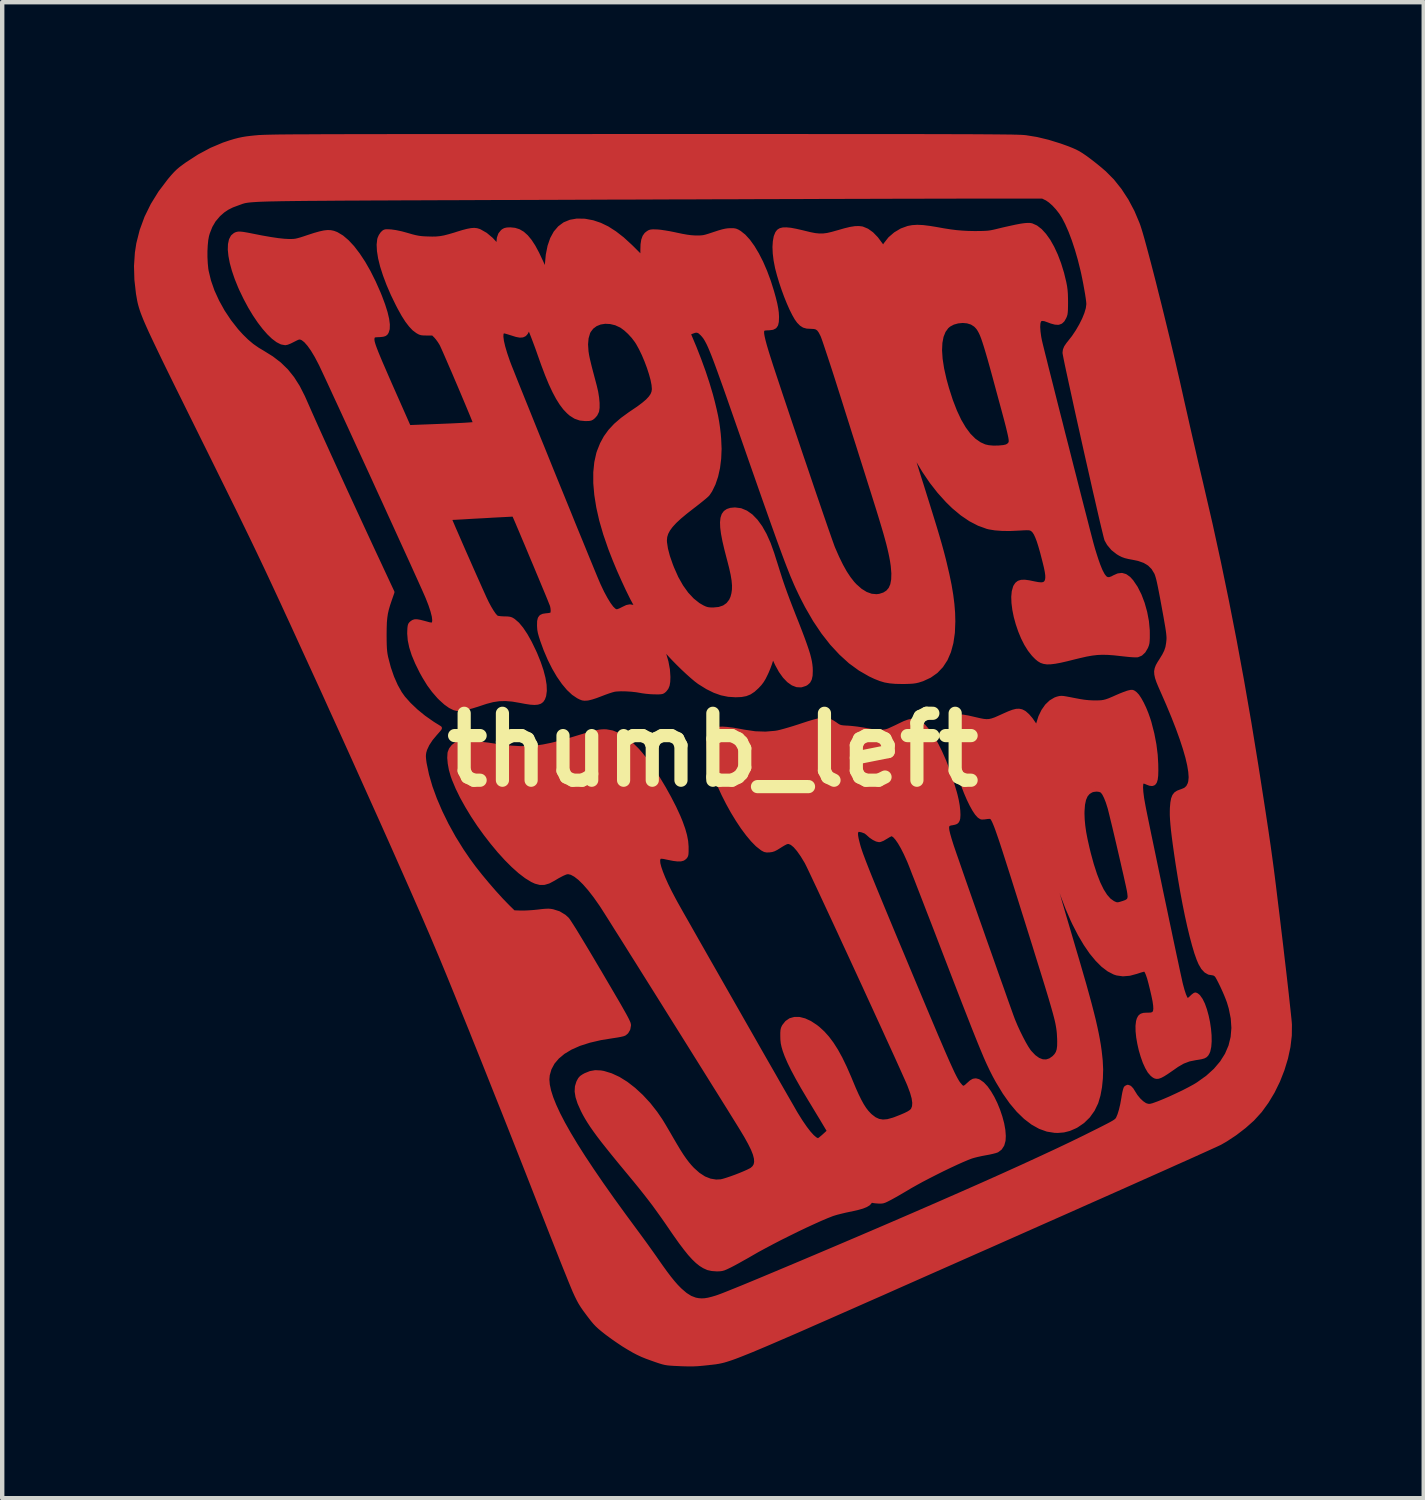
<source format=kicad_pcb>
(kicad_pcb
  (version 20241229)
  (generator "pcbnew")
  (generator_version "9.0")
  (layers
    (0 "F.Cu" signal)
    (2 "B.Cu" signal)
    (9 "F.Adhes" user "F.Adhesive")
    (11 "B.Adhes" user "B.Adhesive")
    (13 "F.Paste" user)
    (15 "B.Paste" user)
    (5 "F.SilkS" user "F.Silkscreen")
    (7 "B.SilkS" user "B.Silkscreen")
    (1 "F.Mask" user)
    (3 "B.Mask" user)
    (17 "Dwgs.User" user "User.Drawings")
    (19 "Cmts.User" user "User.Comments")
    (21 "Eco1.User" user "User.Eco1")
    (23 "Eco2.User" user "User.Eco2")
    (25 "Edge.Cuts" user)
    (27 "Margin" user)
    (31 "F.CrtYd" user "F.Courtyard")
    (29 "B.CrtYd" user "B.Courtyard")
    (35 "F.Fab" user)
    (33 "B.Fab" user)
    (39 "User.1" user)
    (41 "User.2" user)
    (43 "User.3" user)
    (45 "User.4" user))
  (footprint "thumb_left"
    (layer "F.Cu")
    (at 13.176 14.02)
    (property "Reference" "thumb_left" (at 0 0 0) (layer "F.SilkS") (effects (font (size 1.524 1.524) (thickness 0.3))))
    (attr through_hole)
    (fp_poly (pts (xy 13.131 6.257) (xy 13.128 6.501) (xy 13.098 6.755) (xy 13.042 7.015) (xy 12.962 7.276) (xy 12.862 7.531) (xy 12.742 7.776) (xy 12.605 8.004) (xy 12.454 8.212) (xy 12.289 8.393) (xy 12.283 8.4) (xy 12.094 8.568) (xy 11.887 8.727) (xy 11.853 8.75) (xy 11.853 6.328) (xy 11.838 6.106) (xy 11.791 5.874) (xy 11.749 5.732) (xy 11.719 5.652) (xy 11.682 5.56) (xy 11.639 5.462) (xy 11.595 5.366) (xy 11.551 5.276) (xy 11.512 5.201) (xy 11.48 5.145) (xy 11.46 5.119) (xy 11.414 5.088) (xy 11.376 5.08) (xy 11.295 5.067) (xy 11.224 5.026) (xy 11.159 4.956) (xy 11.1 4.855) (xy 11.059 4.759) (xy 11.008 4.615) (xy 10.956 4.44) (xy 10.902 4.238) (xy 10.847 4.01) (xy 10.792 3.761) (xy 10.738 3.493) (xy 10.685 3.21) (xy 10.634 2.913) (xy 10.585 2.607) (xy 10.551 2.378) (xy 10.521 2.166) (xy 10.497 1.984) (xy 10.478 1.828) (xy 10.465 1.695) (xy 10.456 1.581) (xy 10.451 1.482) (xy 10.451 1.395) (xy 10.453 1.321) (xy 10.463 1.204) (xy 10.479 1.116) (xy 10.504 1.051) (xy 10.54 1.004) (xy 10.591 0.971) (xy 10.659 0.945) (xy 10.671 0.942) (xy 10.757 0.906) (xy 10.817 0.852) (xy 10.856 0.776) (xy 10.871 0.721) (xy 10.88 0.622) (xy 10.871 0.496) (xy 10.846 0.343) (xy 10.805 0.166) (xy 10.747 -0.035) (xy 10.674 -0.258) (xy 10.586 -0.502) (xy 10.483 -0.765) (xy 10.366 -1.046) (xy 10.251 -1.309) (xy 10.191 -1.445) (xy 10.145 -1.555) (xy 10.114 -1.646) (xy 10.098 -1.721) (xy 10.094 -1.787) (xy 10.105 -1.847) (xy 10.128 -1.908) (xy 10.165 -1.974) (xy 10.209 -2.043) (xy 10.274 -2.149) (xy 10.32 -2.241) (xy 10.35 -2.331) (xy 10.367 -2.429) (xy 10.373 -2.487) (xy 10.376 -2.523) (xy 10.376 -2.562) (xy 10.373 -2.606) (xy 10.368 -2.659) (xy 10.359 -2.726) (xy 10.346 -2.81) (xy 10.328 -2.914) (xy 10.306 -3.042) (xy 10.277 -3.199) (xy 10.263 -3.277) (xy 10.231 -3.451) (xy 10.203 -3.596) (xy 10.18 -3.714) (xy 10.16 -3.809) (xy 10.143 -3.884) (xy 10.127 -3.942) (xy 10.113 -3.988) (xy 10.099 -4.025) (xy 10.091 -4.041) (xy 10.025 -4.149) (xy 9.938 -4.236) (xy 9.829 -4.302) (xy 9.694 -4.35) (xy 9.576 -4.375) (xy 9.473 -4.394) (xy 9.394 -4.413) (xy 9.329 -4.436) (xy 9.268 -4.467) (xy 9.22 -4.496) (xy 9.108 -4.584) (xy 9.016 -4.693) (xy 8.963 -4.786) (xy 8.955 -4.812) (xy 8.94 -4.869) (xy 8.919 -4.955) (xy 8.892 -5.066) (xy 8.86 -5.2) (xy 8.824 -5.355) (xy 8.784 -5.528) (xy 8.741 -5.717) (xy 8.694 -5.919) (xy 8.646 -6.133) (xy 8.596 -6.354) (xy 8.544 -6.582) (xy 8.492 -6.813) (xy 8.44 -7.046) (xy 8.389 -7.276) (xy 8.338 -7.503) (xy 8.289 -7.724) (xy 8.243 -7.936) (xy 8.199 -8.137) (xy 8.158 -8.324) (xy 8.121 -8.495) (xy 8.088 -8.647) (xy 8.06 -8.778) (xy 8.038 -8.886) (xy 8.022 -8.967) (xy 8.012 -9.02) (xy 8.009 -9.041) (xy 8.017 -9.103) (xy 8.042 -9.164) (xy 8.089 -9.233) (xy 8.118 -9.269) (xy 8.215 -9.393) (xy 8.304 -9.526) (xy 8.384 -9.664) (xy 8.452 -9.8) (xy 8.504 -9.928) (xy 8.538 -10.044) (xy 8.551 -10.142) (xy 8.551 -10.15) (xy 8.548 -10.2) (xy 8.538 -10.279) (xy 8.523 -10.378) (xy 8.503 -10.492) (xy 8.481 -10.615) (xy 8.456 -10.742) (xy 8.43 -10.866) (xy 8.415 -10.931) (xy 8.356 -11.167) (xy 8.29 -11.396) (xy 8.218 -11.614) (xy 8.142 -11.815) (xy 8.064 -11.992) (xy 7.991 -12.133) (xy 7.926 -12.235) (xy 7.848 -12.335) (xy 7.765 -12.425) (xy 7.682 -12.499) (xy 7.607 -12.551) (xy 7.596 -12.556) (xy 7.506 -12.6) (xy 5.586 -12.599) (xy 5.431 -12.598) (xy 5.244 -12.598) (xy 5.026 -12.598) (xy 4.778 -12.597) (xy 4.503 -12.597) (xy 4.203 -12.596) (xy 3.877 -12.595) (xy 3.529 -12.594) (xy 3.159 -12.593) (xy 2.769 -12.592) (xy 2.361 -12.591) (xy 1.937 -12.589) (xy 1.497 -12.588) (xy 1.044 -12.587) (xy 0.579 -12.585) (xy 0.103 -12.584) (xy -0.382 -12.582) (xy -0.874 -12.581) (xy -1.371 -12.579) (xy -1.873 -12.577) (xy -2.378 -12.576) (xy -2.883 -12.574) (xy -3.336 -12.572) (xy -3.923 -12.57) (xy -4.477 -12.568) (xy -5 -12.567) (xy -5.491 -12.565) (xy -5.953 -12.563) (xy -6.385 -12.562) (xy -6.79 -12.56) (xy -7.168 -12.559) (xy -7.519 -12.557) (xy -7.846 -12.556) (xy -8.148 -12.554) (xy -8.428 -12.553) (xy -8.685 -12.551) (xy -8.921 -12.549) (xy -9.137 -12.548) (xy -9.334 -12.546) (xy -9.513 -12.544) (xy -9.674 -12.542) (xy -9.82 -12.54) (xy -9.95 -12.537) (xy -10.066 -12.535) (xy -10.168 -12.532) (xy -10.259 -12.529) (xy -10.338 -12.526) (xy -10.406 -12.522) (xy -10.466 -12.518) (xy -10.516 -12.514) (xy -10.56 -12.51) (xy -10.597 -12.505) (xy -10.629 -12.5) (xy -10.656 -12.495) (xy -10.68 -12.489) (xy -10.701 -12.483) (xy -10.721 -12.477) (xy -10.74 -12.47) (xy -10.76 -12.462) (xy -10.781 -12.455) (xy -10.805 -12.446) (xy -10.808 -12.445) (xy -10.943 -12.395) (xy -11.055 -12.339) (xy -11.152 -12.274) (xy -11.244 -12.193) (xy -11.261 -12.176) (xy -11.361 -12.058) (xy -11.438 -11.926) (xy -11.498 -11.774) (xy -11.517 -11.709) (xy -11.535 -11.614) (xy -11.547 -11.494) (xy -11.554 -11.359) (xy -11.554 -11.217) (xy -11.547 -11.078) (xy -11.535 -10.951) (xy -11.526 -10.897) (xy -11.472 -10.672) (xy -11.391 -10.44) (xy -11.284 -10.206) (xy -11.156 -9.975) (xy -11.008 -9.753) (xy -10.845 -9.545) (xy -10.737 -9.426) (xy -10.612 -9.303) (xy -10.492 -9.202) (xy -10.366 -9.114) (xy -10.247 -9.043) (xy -10.043 -8.916) (xy -9.865 -8.779) (xy -9.709 -8.627) (xy -9.572 -8.456) (xy -9.448 -8.261) (xy -9.335 -8.039) (xy -9.312 -7.988) (xy -9.186 -7.702) (xy -9.046 -7.388) (xy -8.892 -7.047) (xy -8.726 -6.681) (xy -8.548 -6.291) (xy -8.36 -5.88) (xy -8.161 -5.449) (xy -7.953 -5) (xy -7.737 -4.534) (xy -7.686 -4.425) (xy -7.297 -3.591) (xy -7.355 -3.425) (xy -7.394 -3.309) (xy -7.424 -3.206) (xy -7.446 -3.11) (xy -7.46 -3.013) (xy -7.47 -2.906) (xy -7.474 -2.782) (xy -7.476 -2.633) (xy -7.476 -2.616) (xy -7.475 -2.488) (xy -7.473 -2.388) (xy -7.469 -2.307) (xy -7.463 -2.24) (xy -7.455 -2.179) (xy -7.443 -2.118) (xy -7.438 -2.095) (xy -7.378 -1.866) (xy -7.304 -1.652) (xy -7.219 -1.459) (xy -7.125 -1.291) (xy -7.048 -1.183) (xy -6.915 -1.034) (xy -6.757 -0.884) (xy -6.581 -0.74) (xy -6.393 -0.608) (xy -6.342 -0.575) (xy -6.286 -0.541) (xy -6.243 -0.514) (xy -6.219 -0.499) (xy -6.217 -0.497) (xy -6.224 -0.484) (xy -6.251 -0.451) (xy -6.291 -0.405) (xy -6.318 -0.375) (xy -6.419 -0.254) (xy -6.498 -0.134) (xy -6.552 -0.019) (xy -6.572 0.049) (xy -6.58 0.102) (xy -6.582 0.154) (xy -6.577 0.217) (xy -6.566 0.301) (xy -6.562 0.321) (xy -6.509 0.574) (xy -6.431 0.843) (xy -6.329 1.123) (xy -6.205 1.412) (xy -6.062 1.704) (xy -5.9 1.997) (xy -5.722 2.284) (xy -5.571 2.506) (xy -5.444 2.679) (xy -5.299 2.863) (xy -5.142 3.052) (xy -4.981 3.238) (xy -4.822 3.413) (xy -4.672 3.568) (xy -4.624 3.615) (xy -4.537 3.7) (xy -4.374 3.706) (xy -4.291 3.706) (xy -4.187 3.701) (xy -4.076 3.693) (xy -3.979 3.683) (xy -3.878 3.671) (xy -3.801 3.665) (xy -3.742 3.663) (xy -3.692 3.667) (xy -3.647 3.675) (xy -3.508 3.719) (xy -3.386 3.793) (xy -3.322 3.85) (xy -3.3 3.878) (xy -3.262 3.935) (xy -3.208 4.019) (xy -3.14 4.127) (xy -3.059 4.261) (xy -2.965 4.416) (xy -2.858 4.594) (xy -2.741 4.791) (xy -2.613 5.008) (xy -2.583 5.057) (xy -2.459 5.269) (xy -2.351 5.453) (xy -2.258 5.612) (xy -2.178 5.748) (xy -2.112 5.863) (xy -2.058 5.959) (xy -2.014 6.037) (xy -1.98 6.1) (xy -1.954 6.151) (xy -1.936 6.19) (xy -1.923 6.219) (xy -1.917 6.242) (xy -1.914 6.259) (xy -1.913 6.265) (xy -1.928 6.35) (xy -1.968 6.419) (xy -2.013 6.456) (xy -2.047 6.469) (xy -2.106 6.483) (xy -2.183 6.497) (xy -2.267 6.51) (xy -2.268 6.51) (xy -2.556 6.556) (xy -2.813 6.616) (xy -3.041 6.689) (xy -3.238 6.776) (xy -3.405 6.876) (xy -3.541 6.989) (xy -3.647 7.114) (xy -3.721 7.253) (xy -3.762 7.396) (xy -3.771 7.501) (xy -3.761 7.624) (xy -3.731 7.763) (xy -3.681 7.921) (xy -3.611 8.096) (xy -3.521 8.291) (xy -3.41 8.505) (xy -3.278 8.739) (xy -3.125 8.994) (xy -2.95 9.27) (xy -2.753 9.567) (xy -2.534 9.887) (xy -2.292 10.23) (xy -2.027 10.596) (xy -1.812 10.888) (xy -1.721 11.011) (xy -1.628 11.138) (xy -1.536 11.264) (xy -1.451 11.383) (xy -1.376 11.488) (xy -1.316 11.573) (xy -1.304 11.591) (xy -1.186 11.759) (xy -1.083 11.902) (xy -0.992 12.022) (xy -0.91 12.123) (xy -0.834 12.21) (xy -0.761 12.284) (xy -0.748 12.297) (xy -0.628 12.4) (xy -0.514 12.472) (xy -0.401 12.515) (xy -0.325 12.529) (xy -0.253 12.534) (xy -0.181 12.53) (xy -0.101 12.517) (xy -0.006 12.493) (xy 0.085 12.466) (xy 0.142 12.446) (xy 0.231 12.413) (xy 0.349 12.366) (xy 0.498 12.306) (xy 0.676 12.234) (xy 0.884 12.148) (xy 1.12 12.05) (xy 1.385 11.939) (xy 1.678 11.816) (xy 1.999 11.681) (xy 2.347 11.534) (xy 2.684 11.391) (xy 3.339 11.112) (xy 3.962 10.845) (xy 4.555 10.589) (xy 5.116 10.345) (xy 5.645 10.113) (xy 6.143 9.893) (xy 6.61 9.684) (xy 7.045 9.487) (xy 7.449 9.301) (xy 7.821 9.128) (xy 8.162 8.966) (xy 8.47 8.816) (xy 8.644 8.729) (xy 8.787 8.658) (xy 8.903 8.599) (xy 8.995 8.552) (xy 9.065 8.515) (xy 9.118 8.485) (xy 9.156 8.461) (xy 9.183 8.441) (xy 9.202 8.423) (xy 9.215 8.405) (xy 9.225 8.388) (xy 9.258 8.31) (xy 9.291 8.203) (xy 9.322 8.072) (xy 9.349 7.922) (xy 9.354 7.888) (xy 9.368 7.812) (xy 9.383 7.748) (xy 9.397 7.704) (xy 9.405 7.691) (xy 9.443 7.672) (xy 9.484 7.686) (xy 9.529 7.733) (xy 9.565 7.791) (xy 9.623 7.883) (xy 9.691 7.966) (xy 9.763 8.034) (xy 9.832 8.081) (xy 9.867 8.095) (xy 9.915 8.106) (xy 9.959 8.105) (xy 10.015 8.091) (xy 10.028 8.087) (xy 10.139 8.047) (xy 10.27 7.994) (xy 10.414 7.932) (xy 10.563 7.863) (xy 10.71 7.793) (xy 10.846 7.723) (xy 10.965 7.658) (xy 11.049 7.607) (xy 11.261 7.455) (xy 11.44 7.293) (xy 11.587 7.12) (xy 11.702 6.937) (xy 11.785 6.744) (xy 11.835 6.541) (xy 11.853 6.328) (xy 11.853 8.75) (xy 11.674 8.868) (xy 11.551 8.939) (xy 11.521 8.954) (xy 11.461 8.982) (xy 11.373 9.022) (xy 11.257 9.075) (xy 11.115 9.139) (xy 10.947 9.215) (xy 10.756 9.301) (xy 10.542 9.396) (xy 10.307 9.502) (xy 10.051 9.616) (xy 9.775 9.739) (xy 9.482 9.87) (xy 9.172 10.008) (xy 8.846 10.153) (xy 8.505 10.304) (xy 8.151 10.462) (xy 7.785 10.624) (xy 7.408 10.791) (xy 7.021 10.963) (xy 6.626 11.138) (xy 6.223 11.317) (xy 6.045 11.395) (xy 5.549 11.615) (xy 5.083 11.821) (xy 4.645 12.015) (xy 4.236 12.196) (xy 3.854 12.366) (xy 3.497 12.523) (xy 3.165 12.67) (xy 2.858 12.805) (xy 2.573 12.931) (xy 2.31 13.046) (xy 2.068 13.153) (xy 1.846 13.25) (xy 1.642 13.338) (xy 1.457 13.418) (xy 1.288 13.491) (xy 1.135 13.556) (xy 0.997 13.614) (xy 0.873 13.666) (xy 0.761 13.711) (xy 0.661 13.751) (xy 0.572 13.786) (xy 0.493 13.816) (xy 0.423 13.841) (xy 0.36 13.862) (xy 0.304 13.88) (xy 0.253 13.895) (xy 0.207 13.907) (xy 0.165 13.916) (xy 0.126 13.924) (xy 0.088 13.93) (xy 0.051 13.936) (xy 0.014 13.94) (xy -0.025 13.945) (xy -0.067 13.949) (xy -0.106 13.954) (xy -0.231 13.967) (xy -0.343 13.977) (xy -0.452 13.982) (xy -0.566 13.982) (xy -0.693 13.979) (xy -0.843 13.972) (xy -0.889 13.97) (xy -0.964 13.965) (xy -1.026 13.959) (xy -1.083 13.95) (xy -1.141 13.936) (xy -1.21 13.915) (xy -1.296 13.886) (xy -1.38 13.856) (xy -1.505 13.811) (xy -1.608 13.769) (xy -1.702 13.725) (xy -1.798 13.675) (xy -1.908 13.611) (xy -1.927 13.6) (xy -2.036 13.533) (xy -2.157 13.452) (xy -2.278 13.368) (xy -2.387 13.288) (xy -2.419 13.264) (xy -2.506 13.195) (xy -2.574 13.138) (xy -2.63 13.086) (xy -2.681 13.032) (xy -2.734 12.969) (xy -2.796 12.889) (xy -2.836 12.836) (xy -2.909 12.738) (xy -2.965 12.657) (xy -3.012 12.582) (xy -3.054 12.505) (xy -3.098 12.416) (xy -3.146 12.311) (xy -3.168 12.258) (xy -3.202 12.176) (xy -3.247 12.067) (xy -3.3 11.934) (xy -3.363 11.779) (xy -3.433 11.604) (xy -3.509 11.411) (xy -3.591 11.204) (xy -3.678 10.984) (xy -3.768 10.754) (xy -3.862 10.515) (xy -3.957 10.272) (xy -3.991 10.185) (xy -4.1 9.906) (xy -4.22 9.6) (xy -4.349 9.273) (xy -4.484 8.931) (xy -4.623 8.578) (xy -4.765 8.22) (xy -4.908 7.862) (xy -5.048 7.51) (xy -5.184 7.168) (xy -5.315 6.841) (xy -5.438 6.536) (xy -5.495 6.392) (xy -5.615 6.096) (xy -5.724 5.827) (xy -5.823 5.58) (xy -5.916 5.352) (xy -6.002 5.141) (xy -6.084 4.942) (xy -6.163 4.751) (xy -6.241 4.566) (xy -6.318 4.384) (xy -6.396 4.199) (xy -6.478 4.01) (xy -6.563 3.812) (xy -6.655 3.602) (xy -6.754 3.376) (xy -6.861 3.132) (xy -6.979 2.865) (xy -7.109 2.572) (xy -7.168 2.438) (xy -7.285 2.174) (xy -7.415 1.883) (xy -7.555 1.569) (xy -7.705 1.236) (xy -7.861 0.889) (xy -8.022 0.531) (xy -8.186 0.166) (xy -8.352 -0.201) (xy -8.518 -0.567) (xy -8.682 -0.927) (xy -8.841 -1.279) (xy -8.995 -1.616) (xy -9.142 -1.936) (xy -9.178 -2.015) (xy -9.323 -2.331) (xy -9.456 -2.622) (xy -9.578 -2.889) (xy -9.692 -3.135) (xy -9.797 -3.364) (xy -9.896 -3.577) (xy -9.99 -3.779) (xy -10.079 -3.97) (xy -10.166 -4.155) (xy -10.252 -4.336) (xy -10.337 -4.515) (xy -10.424 -4.696) (xy -10.513 -4.881) (xy -10.606 -5.072) (xy -10.704 -5.273) (xy -10.808 -5.487) (xy -10.921 -5.715) (xy -11.042 -5.961) (xy -11.174 -6.228) (xy -11.317 -6.518) (xy -11.473 -6.834) (xy -11.574 -7.037) (xy -11.746 -7.385) (xy -11.904 -7.704) (xy -12.048 -7.996) (xy -12.18 -8.262) (xy -12.299 -8.504) (xy -12.406 -8.722) (xy -12.502 -8.919) (xy -12.587 -9.096) (xy -12.663 -9.255) (xy -12.73 -9.396) (xy -12.789 -9.522) (xy -12.839 -9.633) (xy -12.883 -9.732) (xy -12.92 -9.819) (xy -12.951 -9.897) (xy -12.978 -9.967) (xy -12.999 -10.029) (xy -13.017 -10.086) (xy -13.032 -10.14) (xy -13.045 -10.191) (xy -13.055 -10.24) (xy -13.064 -10.291) (xy -13.073 -10.343) (xy -13.081 -10.387) (xy -13.117 -10.704) (xy -13.126 -11.014) (xy -13.106 -11.315) (xy -13.074 -11.523) (xy -12.998 -11.823) (xy -12.89 -12.117) (xy -12.749 -12.404) (xy -12.576 -12.684) (xy -12.371 -12.955) (xy -12.363 -12.965) (xy -12.29 -13.051) (xy -12.229 -13.118) (xy -12.171 -13.175) (xy -12.109 -13.228) (xy -12.032 -13.285) (xy -11.966 -13.333) (xy -11.691 -13.511) (xy -11.413 -13.66) (xy -11.136 -13.777) (xy -10.988 -13.827) (xy -10.882 -13.859) (xy -10.793 -13.882) (xy -10.709 -13.9) (xy -10.621 -13.915) (xy -10.517 -13.928) (xy -10.422 -13.938) (xy -10.398 -13.94) (xy -10.373 -13.942) (xy -10.345 -13.945) (xy -10.314 -13.947) (xy -10.279 -13.948) (xy -10.239 -13.95) (xy -10.193 -13.952) (xy -10.14 -13.953) (xy -10.079 -13.955) (xy -10.01 -13.956) (xy -9.931 -13.958) (xy -9.842 -13.959) (xy -9.741 -13.96) (xy -9.628 -13.961) (xy -9.502 -13.962) (xy -9.361 -13.963) (xy -9.206 -13.963) (xy -9.035 -13.964) (xy -8.847 -13.965) (xy -8.642 -13.966) (xy -8.418 -13.966) (xy -8.174 -13.967) (xy -7.91 -13.967) (xy -7.625 -13.967) (xy -7.318 -13.968) (xy -6.987 -13.968) (xy -6.632 -13.968) (xy -6.253 -13.969) (xy -5.848 -13.969) (xy -5.416 -13.969) (xy -4.956 -13.969) (xy -4.468 -13.969) (xy -3.951 -13.969) (xy -3.403 -13.969) (xy -2.824 -13.969) (xy -2.213 -13.97) (xy -1.617 -13.97) (xy -0.972 -13.97) (xy -0.361 -13.97) (xy 0.219 -13.97) (xy 0.767 -13.97) (xy 1.285 -13.97) (xy 1.774 -13.97) (xy 2.234 -13.969) (xy 2.666 -13.969) (xy 3.072 -13.969) (xy 3.452 -13.969) (xy 3.806 -13.969) (xy 4.137 -13.968) (xy 4.444 -13.968) (xy 4.729 -13.968) (xy 4.993 -13.967) (xy 5.236 -13.967) (xy 5.459 -13.966) (xy 5.663 -13.966) (xy 5.85 -13.965) (xy 6.019 -13.964) (xy 6.173 -13.963) (xy 6.311 -13.962) (xy 6.435 -13.961) (xy 6.545 -13.96) (xy 6.642 -13.959) (xy 6.728 -13.958) (xy 6.803 -13.957) (xy 6.868 -13.955) (xy 6.924 -13.954) (xy 6.972 -13.952) (xy 7.013 -13.951) (xy 7.047 -13.949) (xy 7.075 -13.947) (xy 7.099 -13.945) (xy 7.119 -13.943) (xy 7.12 -13.943) (xy 7.367 -13.903) (xy 7.629 -13.84) (xy 7.903 -13.755) (xy 8.07 -13.695) (xy 8.17 -13.655) (xy 8.251 -13.619) (xy 8.321 -13.582) (xy 8.392 -13.538) (xy 8.474 -13.482) (xy 8.518 -13.45) (xy 8.612 -13.379) (xy 8.715 -13.298) (xy 8.815 -13.216) (xy 8.899 -13.143) (xy 8.906 -13.138) (xy 9.089 -12.954) (xy 9.259 -12.741) (xy 9.414 -12.504) (xy 9.551 -12.246) (xy 9.667 -11.971) (xy 9.683 -11.927) (xy 9.707 -11.853) (xy 9.739 -11.748) (xy 9.777 -11.615) (xy 9.82 -11.458) (xy 9.868 -11.279) (xy 9.921 -11.08) (xy 9.977 -10.864) (xy 10.036 -10.635) (xy 10.096 -10.394) (xy 10.159 -10.145) (xy 10.222 -9.89) (xy 10.285 -9.632) (xy 10.348 -9.374) (xy 10.409 -9.118) (xy 10.469 -8.867) (xy 10.525 -8.623) (xy 10.579 -8.391) (xy 10.628 -8.171) (xy 10.634 -8.145) (xy 10.685 -7.916) (xy 10.743 -7.661) (xy 10.804 -7.39) (xy 10.868 -7.109) (xy 10.933 -6.828) (xy 10.996 -6.553) (xy 11.057 -6.293) (xy 11.113 -6.056) (xy 11.127 -5.994) (xy 11.327 -5.131) (xy 11.517 -4.26) (xy 11.699 -3.379) (xy 11.874 -2.484) (xy 12.043 -1.568) (xy 12.206 -0.63) (xy 12.364 0.337) (xy 12.412 0.643) (xy 12.456 0.927) (xy 12.496 1.184) (xy 12.532 1.416) (xy 12.564 1.629) (xy 12.594 1.826) (xy 12.621 2.011) (xy 12.647 2.189) (xy 12.671 2.363) (xy 12.695 2.538) (xy 12.719 2.716) (xy 12.743 2.903) (xy 12.768 3.102) (xy 12.794 3.318) (xy 12.823 3.554) (xy 12.855 3.814) (xy 12.889 4.102) (xy 12.902 4.208) (xy 12.932 4.458) (xy 12.96 4.702) (xy 12.988 4.938) (xy 13.014 5.162) (xy 13.038 5.373) (xy 13.06 5.568) (xy 13.079 5.745) (xy 13.096 5.9) (xy 13.11 6.031) (xy 13.121 6.136) (xy 13.128 6.213) (xy 13.131 6.257)) (stroke (width 0.1) (type solid)) (fill yes) (layer "F.Cu"))
    (fp_poly (pts (xy 11.304 6.632) (xy 11.295 6.752) (xy 11.274 6.85) (xy 11.259 6.886) (xy 11.237 6.925) (xy 11.209 6.954) (xy 11.17 6.975) (xy 11.113 6.991) (xy 11.032 7.005) (xy 10.99 7.011) (xy 10.836 7.042) (xy 10.698 7.094) (xy 10.563 7.172) (xy 10.536 7.191) (xy 10.417 7.274) (xy 10.322 7.339) (xy 10.246 7.387) (xy 10.187 7.418) (xy 10.139 7.435) (xy 10.1 7.438) (xy 10.066 7.429) (xy 10.033 7.409) (xy 9.999 7.381) (xy 9.941 7.314) (xy 9.886 7.219) (xy 9.833 7.103) (xy 9.786 6.97) (xy 9.744 6.828) (xy 9.711 6.682) (xy 9.686 6.539) (xy 9.672 6.403) (xy 9.67 6.282) (xy 9.682 6.18) (xy 9.697 6.129) (xy 9.723 6.08) (xy 9.758 6.05) (xy 9.81 6.034) (xy 9.887 6.03) (xy 9.908 6.03) (xy 9.968 6.028) (xy 10.015 6.016) (xy 10.048 5.992) (xy 10.068 5.952) (xy 10.076 5.893) (xy 10.072 5.814) (xy 10.057 5.71) (xy 10.03 5.579) (xy 10 5.45) (xy 9.964 5.305) (xy 9.933 5.19) (xy 9.904 5.105) (xy 9.878 5.045) (xy 9.854 5.01) (xy 9.829 4.996) (xy 9.824 4.995) (xy 9.795 5.001) (xy 9.744 5.015) (xy 9.678 5.036) (xy 9.642 5.048) (xy 9.491 5.089) (xy 9.491 3.337) (xy 9.483 3.259) (xy 9.474 3.204) (xy 9.463 3.149) (xy 9.445 3.065) (xy 9.421 2.958) (xy 9.393 2.831) (xy 9.36 2.689) (xy 9.325 2.535) (xy 9.288 2.375) (xy 9.25 2.211) (xy 9.212 2.048) (xy 9.175 1.891) (xy 9.14 1.743) (xy 9.107 1.609) (xy 9.079 1.493) (xy 9.056 1.399) (xy 9.039 1.331) (xy 9.031 1.304) (xy 8.991 1.177) (xy 8.949 1.072) (xy 8.908 0.991) (xy 8.869 0.939) (xy 8.86 0.93) (xy 8.805 0.906) (xy 8.734 0.898) (xy 8.657 0.907) (xy 8.613 0.921) (xy 8.542 0.965) (xy 8.486 1.032) (xy 8.446 1.124) (xy 8.421 1.242) (xy 8.41 1.389) (xy 8.409 1.456) (xy 8.414 1.588) (xy 8.427 1.726) (xy 8.448 1.875) (xy 8.48 2.041) (xy 8.522 2.229) (xy 8.552 2.353) (xy 8.623 2.613) (xy 8.697 2.841) (xy 8.773 3.036) (xy 8.852 3.198) (xy 8.934 3.327) (xy 9.018 3.422) (xy 9.105 3.484) (xy 9.118 3.49) (xy 9.161 3.509) (xy 9.193 3.518) (xy 9.226 3.518) (xy 9.27 3.508) (xy 9.335 3.488) (xy 9.337 3.488) (xy 9.409 3.462) (xy 9.456 3.432) (xy 9.483 3.393) (xy 9.491 3.337) (xy 9.491 5.089) (xy 9.482 5.091) (xy 9.334 5.103) (xy 9.199 5.084) (xy 9.144 5.066) (xy 9.014 4.999) (xy 8.882 4.899) (xy 8.75 4.767) (xy 8.617 4.606) (xy 8.486 4.415) (xy 8.357 4.197) (xy 8.231 3.952) (xy 8.185 3.854) (xy 8.076 3.602) (xy 7.969 3.323) (xy 7.864 3.024) (xy 7.764 2.709) (xy 7.67 2.387) (xy 7.585 2.062) (xy 7.511 1.743) (xy 7.466 1.524) (xy 7.451 1.447) (xy 7.437 1.383) (xy 7.427 1.339) (xy 7.422 1.322) (xy 7.407 1.325) (xy 7.398 1.333) (xy 7.386 1.365) (xy 7.381 1.424) (xy 7.384 1.505) (xy 7.395 1.602) (xy 7.413 1.709) (xy 7.426 1.773) (xy 7.444 1.848) (xy 7.472 1.955) (xy 7.509 2.091) (xy 7.554 2.256) (xy 7.608 2.449) (xy 7.67 2.668) (xy 7.74 2.911) (xy 7.818 3.179) (xy 7.902 3.469) (xy 7.993 3.78) (xy 8.091 4.111) (xy 8.194 4.461) (xy 8.204 4.496) (xy 8.297 4.809) (xy 8.379 5.092) (xy 8.453 5.348) (xy 8.517 5.579) (xy 8.574 5.788) (xy 8.623 5.978) (xy 8.666 6.15) (xy 8.702 6.308) (xy 8.733 6.454) (xy 8.759 6.589) (xy 8.781 6.718) (xy 8.799 6.843) (xy 8.813 6.965) (xy 8.824 7.07) (xy 8.834 7.271) (xy 8.828 7.474) (xy 8.808 7.672) (xy 8.774 7.855) (xy 8.727 8.015) (xy 8.722 8.029) (xy 8.645 8.188) (xy 8.542 8.332) (xy 8.417 8.454) (xy 8.275 8.551) (xy 8.244 8.567) (xy 8.111 8.625) (xy 7.984 8.657) (xy 7.852 8.668) (xy 7.782 8.666) (xy 7.614 8.639) (xy 7.447 8.579) (xy 7.281 8.486) (xy 7.117 8.361) (xy 6.955 8.204) (xy 6.797 8.016) (xy 6.642 7.796) (xy 6.491 7.547) (xy 6.479 7.526) (xy 6.446 7.466) (xy 6.414 7.407) (xy 6.383 7.346) (xy 6.351 7.283) (xy 6.319 7.216) (xy 6.285 7.144) (xy 6.248 7.063) (xy 6.209 6.974) (xy 6.167 6.873) (xy 6.12 6.761) (xy 6.068 6.634) (xy 6.011 6.492) (xy 5.947 6.332) (xy 5.877 6.153) (xy 5.799 5.954) (xy 5.712 5.732) (xy 5.617 5.487) (xy 5.512 5.216) (xy 5.397 4.917) (xy 5.271 4.59) (xy 5.176 4.343) (xy 5.087 4.111) (xy 5 3.886) (xy 4.916 3.67) (xy 4.837 3.465) (xy 4.763 3.274) (xy 4.695 3.099) (xy 4.634 2.941) (xy 4.58 2.805) (xy 4.536 2.69) (xy 4.501 2.601) (xy 4.476 2.539) (xy 4.463 2.509) (xy 4.392 2.352) (xy 4.323 2.216) (xy 4.257 2.102) (xy 4.195 2.013) (xy 4.14 1.951) (xy 4.092 1.918) (xy 4.069 1.913) (xy 4.038 1.923) (xy 3.991 1.947) (xy 3.936 1.981) (xy 3.935 1.981) (xy 3.864 2.023) (xy 3.806 2.046) (xy 3.784 2.049) (xy 3.731 2.037) (xy 3.666 2.005) (xy 3.598 1.959) (xy 3.536 1.904) (xy 3.532 1.899) (xy 3.475 1.856) (xy 3.396 1.827) (xy 3.39 1.826) (xy 3.336 1.815) (xy 3.305 1.814) (xy 3.286 1.824) (xy 3.274 1.837) (xy 3.259 1.867) (xy 3.253 1.905) (xy 3.257 1.958) (xy 3.27 2.031) (xy 3.292 2.119) (xy 3.303 2.162) (xy 3.316 2.209) (xy 3.332 2.26) (xy 3.351 2.317) (xy 3.374 2.383) (xy 3.402 2.457) (xy 3.434 2.543) (xy 3.472 2.64) (xy 3.516 2.752) (xy 3.567 2.88) (xy 3.626 3.025) (xy 3.693 3.189) (xy 3.769 3.373) (xy 3.854 3.579) (xy 3.949 3.808) (xy 4.055 4.063) (xy 4.172 4.344) (xy 4.302 4.653) (xy 4.427 4.953) (xy 4.566 5.285) (xy 4.693 5.588) (xy 4.808 5.863) (xy 4.912 6.11) (xy 5.006 6.332) (xy 5.09 6.531) (xy 5.166 6.707) (xy 5.232 6.862) (xy 5.291 6.997) (xy 5.343 7.115) (xy 5.389 7.216) (xy 5.429 7.303) (xy 5.463 7.376) (xy 5.494 7.437) (xy 5.52 7.487) (xy 5.544 7.529) (xy 5.564 7.563) (xy 5.583 7.591) (xy 5.595 7.606) (xy 5.643 7.664) (xy 5.683 7.693) (xy 5.722 7.693) (xy 5.767 7.666) (xy 5.814 7.623) (xy 5.879 7.565) (xy 5.932 7.533) (xy 5.982 7.525) (xy 6.035 7.539) (xy 6.058 7.55) (xy 6.135 7.605) (xy 6.213 7.688) (xy 6.289 7.795) (xy 6.363 7.921) (xy 6.431 8.06) (xy 6.491 8.208) (xy 6.542 8.359) (xy 6.582 8.509) (xy 6.608 8.653) (xy 6.618 8.785) (xy 6.613 8.888) (xy 6.586 8.986) (xy 6.536 9.063) (xy 6.468 9.114) (xy 6.428 9.128) (xy 6.363 9.145) (xy 6.283 9.163) (xy 6.205 9.177) (xy 6.111 9.195) (xy 6.016 9.216) (xy 5.933 9.237) (xy 5.883 9.252) (xy 5.791 9.287) (xy 5.675 9.336) (xy 5.539 9.397) (xy 5.389 9.467) (xy 5.231 9.543) (xy 5.069 9.624) (xy 4.908 9.706) (xy 4.753 9.787) (xy 4.611 9.865) (xy 4.485 9.936) (xy 4.42 9.975) (xy 4.325 10.031) (xy 4.224 10.09) (xy 4.129 10.144) (xy 4.049 10.188) (xy 4.032 10.197) (xy 3.959 10.235) (xy 3.907 10.259) (xy 3.866 10.272) (xy 3.826 10.276) (xy 3.778 10.276) (xy 3.761 10.275) (xy 3.699 10.27) (xy 3.649 10.263) (xy 3.623 10.256) (xy 3.596 10.257) (xy 3.573 10.287) (xy 3.54 10.325) (xy 3.482 10.36) (xy 3.397 10.394) (xy 3.283 10.426) (xy 3.137 10.459) (xy 3.113 10.463) (xy 3.009 10.485) (xy 2.905 10.51) (xy 2.811 10.534) (xy 2.736 10.557) (xy 2.715 10.564) (xy 2.595 10.611) (xy 2.451 10.672) (xy 2.287 10.746) (xy 2.109 10.828) (xy 1.921 10.918) (xy 1.728 11.013) (xy 1.535 11.109) (xy 1.348 11.206) (xy 1.171 11.3) (xy 1.009 11.388) (xy 0.889 11.457) (xy 0.78 11.52) (xy 0.669 11.582) (xy 0.564 11.641) (xy 0.472 11.691) (xy 0.399 11.729) (xy 0.383 11.737) (xy 0.306 11.774) (xy 0.25 11.798) (xy 0.204 11.811) (xy 0.158 11.817) (xy 0.103 11.819) (xy 0.086 11.819) (xy -0.021 11.811) (xy -0.108 11.792) (xy -0.12 11.787) (xy -0.197 11.752) (xy -0.274 11.704) (xy -0.353 11.641) (xy -0.436 11.561) (xy -0.525 11.463) (xy -0.622 11.342) (xy -0.731 11.198) (xy -0.852 11.027) (xy -0.913 10.939) (xy -1.031 10.766) (xy -1.138 10.613) (xy -1.237 10.475) (xy -1.331 10.345) (xy -1.427 10.219) (xy -1.527 10.09) (xy -1.635 9.954) (xy -1.757 9.804) (xy -1.895 9.637) (xy -1.939 9.584) (xy -2.107 9.381) (xy -2.255 9.2) (xy -2.384 9.039) (xy -2.497 8.897) (xy -2.594 8.77) (xy -2.677 8.656) (xy -2.75 8.552) (xy -2.812 8.457) (xy -2.867 8.367) (xy -2.916 8.28) (xy -2.96 8.194) (xy -2.963 8.187) (xy -3.033 8.031) (xy -3.077 7.893) (xy -3.096 7.772) (xy -3.09 7.665) (xy -3.06 7.568) (xy -3.052 7.551) (xy -3.022 7.497) (xy -2.989 7.46) (xy -2.942 7.428) (xy -2.901 7.405) (xy -2.787 7.359) (xy -2.675 7.339) (xy -2.553 7.345) (xy -2.49 7.356) (xy -2.322 7.407) (xy -2.149 7.487) (xy -1.974 7.596) (xy -1.8 7.731) (xy -1.629 7.889) (xy -1.464 8.067) (xy -1.309 8.264) (xy -1.196 8.429) (xy -1.161 8.485) (xy -1.114 8.563) (xy -1.06 8.655) (xy -1.002 8.754) (xy -0.955 8.836) (xy -0.863 8.993) (xy -0.784 9.125) (xy -0.714 9.235) (xy -0.649 9.329) (xy -0.587 9.411) (xy -0.525 9.485) (xy -0.468 9.547) (xy -0.336 9.665) (xy -0.201 9.753) (xy -0.064 9.807) (xy 0.074 9.829) (xy 0.187 9.823) (xy 0.244 9.809) (xy 0.323 9.785) (xy 0.418 9.753) (xy 0.52 9.716) (xy 0.623 9.676) (xy 0.719 9.636) (xy 0.802 9.599) (xy 0.864 9.568) (xy 0.889 9.554) (xy 0.942 9.506) (xy 0.976 9.449) (xy 0.99 9.38) (xy 0.985 9.297) (xy 0.96 9.198) (xy 0.914 9.081) (xy 0.846 8.944) (xy 0.758 8.785) (xy 0.699 8.687) (xy 0.663 8.627) (xy 0.611 8.542) (xy 0.544 8.434) (xy 0.463 8.304) (xy 0.371 8.155) (xy 0.267 7.989) (xy 0.153 7.806) (xy 0.03 7.61) (xy -0.1 7.401) (xy -0.237 7.182) (xy -0.379 6.955) (xy -0.525 6.721) (xy -0.674 6.483) (xy -0.825 6.242) (xy -0.977 6) (xy -1.128 5.758) (xy -1.277 5.52) (xy -1.424 5.286) (xy -1.567 5.058) (xy -1.704 4.839) (xy -1.836 4.63) (xy -1.959 4.433) (xy -2.074 4.25) (xy -2.18 4.083) (xy -2.274 3.933) (xy -2.356 3.803) (xy -2.425 3.694) (xy -2.48 3.608) (xy -2.519 3.547) (xy -2.541 3.514) (xy -2.674 3.325) (xy -2.8 3.163) (xy -2.918 3.028) (xy -3.027 2.921) (xy -3.127 2.843) (xy -3.216 2.795) (xy -3.294 2.777) (xy -3.299 2.777) (xy -3.353 2.788) (xy -3.431 2.822) (xy -3.535 2.877) (xy -3.632 2.935) (xy -3.741 2.993) (xy -3.839 3.022) (xy -3.934 3.023) (xy -4.033 2.997) (xy -4.111 2.961) (xy -4.246 2.878) (xy -4.391 2.767) (xy -4.543 2.631) (xy -4.7 2.474) (xy -4.859 2.299) (xy -5.017 2.109) (xy -5.172 1.909) (xy -5.322 1.701) (xy -5.463 1.488) (xy -5.592 1.275) (xy -5.709 1.065) (xy -5.809 0.86) (xy -5.891 0.665) (xy -5.921 0.581) (xy -5.96 0.442) (xy -5.985 0.305) (xy -5.996 0.18) (xy -5.99 0.074) (xy -5.988 0.062) (xy -5.959 -0.011) (xy -5.906 -0.079) (xy -5.837 -0.131) (xy -5.836 -0.132) (xy -5.782 -0.148) (xy -5.697 -0.157) (xy -5.586 -0.159) (xy -5.45 -0.152) (xy -5.293 -0.138) (xy -5.118 -0.117) (xy -5.012 -0.101) (xy -4.784 -0.069) (xy -4.579 -0.048) (xy -4.391 -0.037) (xy -4.213 -0.038) (xy -4.038 -0.05) (xy -3.86 -0.075) (xy -3.673 -0.113) (xy -3.469 -0.164) (xy -3.243 -0.229) (xy -3.192 -0.244) (xy -3.031 -0.293) (xy -2.899 -0.333) (xy -2.791 -0.364) (xy -2.703 -0.387) (xy -2.632 -0.403) (xy -2.573 -0.414) (xy -2.522 -0.419) (xy -2.475 -0.421) (xy -2.429 -0.419) (xy -2.425 -0.419) (xy -2.292 -0.395) (xy -2.154 -0.339) (xy -2.011 -0.252) (xy -1.866 -0.136) (xy -1.719 0.009) (xy -1.641 0.099) (xy -1.513 0.261) (xy -1.381 0.449) (xy -1.247 0.655) (xy -1.117 0.872) (xy -0.994 1.094) (xy -0.882 1.312) (xy -0.786 1.52) (xy -0.735 1.644) (xy -0.677 1.806) (xy -0.637 1.948) (xy -0.612 2.078) (xy -0.602 2.204) (xy -0.602 2.238) (xy -0.602 2.315) (xy -0.605 2.367) (xy -0.612 2.401) (xy -0.625 2.425) (xy -0.642 2.445) (xy -0.68 2.473) (xy -0.731 2.487) (xy -0.802 2.488) (xy -0.895 2.477) (xy -1.016 2.453) (xy -1.021 2.452) (xy -1.11 2.433) (xy -1.172 2.426) (xy -1.212 2.432) (xy -1.235 2.453) (xy -1.246 2.489) (xy -1.25 2.519) (xy -1.245 2.585) (xy -1.222 2.675) (xy -1.183 2.789) (xy -1.13 2.921) (xy -1.063 3.071) (xy -0.983 3.234) (xy -0.892 3.407) (xy -0.843 3.497) (xy -0.812 3.552) (xy -0.767 3.632) (xy -0.708 3.737) (xy -0.636 3.863) (xy -0.553 4.009) (xy -0.46 4.173) (xy -0.358 4.353) (xy -0.248 4.546) (xy -0.131 4.752) (xy -0.008 4.967) (xy 0.119 5.19) (xy 0.25 5.42) (xy 0.383 5.653) (xy 0.517 5.888) (xy 0.651 6.123) (xy 0.784 6.356) (xy 0.915 6.585) (xy 1.042 6.809) (xy 1.165 7.024) (xy 1.283 7.23) (xy 1.394 7.423) (xy 1.496 7.603) (xy 1.59 7.767) (xy 1.674 7.913) (xy 1.747 8.04) (xy 1.807 8.144) (xy 1.853 8.225) (xy 1.885 8.28) (xy 1.901 8.306) (xy 2.002 8.467) (xy 2.097 8.605) (xy 2.183 8.717) (xy 2.26 8.802) (xy 2.326 8.859) (xy 2.381 8.887) (xy 2.4 8.89) (xy 2.421 8.879) (xy 2.46 8.85) (xy 2.51 8.808) (xy 2.537 8.784) (xy 2.652 8.679) (xy 2.556 8.518) (xy 2.522 8.461) (xy 2.474 8.38) (xy 2.414 8.282) (xy 2.347 8.171) (xy 2.276 8.053) (xy 2.203 7.933) (xy 2.193 7.916) (xy 2.051 7.677) (xy 1.93 7.463) (xy 1.828 7.272) (xy 1.745 7.103) (xy 1.681 6.955) (xy 1.639 6.841) (xy 1.612 6.749) (xy 1.595 6.671) (xy 1.587 6.591) (xy 1.585 6.519) (xy 1.585 6.439) (xy 1.589 6.383) (xy 1.598 6.342) (xy 1.614 6.305) (xy 1.622 6.29) (xy 1.687 6.208) (xy 1.767 6.153) (xy 1.862 6.127) (xy 1.969 6.128) (xy 2.085 6.158) (xy 2.209 6.215) (xy 2.338 6.3) (xy 2.393 6.343) (xy 2.502 6.443) (xy 2.606 6.559) (xy 2.706 6.693) (xy 2.804 6.847) (xy 2.902 7.025) (xy 3.001 7.23) (xy 3.104 7.465) (xy 3.132 7.533) (xy 3.206 7.71) (xy 3.273 7.86) (xy 3.334 7.984) (xy 3.391 8.088) (xy 3.446 8.174) (xy 3.502 8.247) (xy 3.561 8.31) (xy 3.589 8.336) (xy 3.68 8.405) (xy 3.772 8.447) (xy 3.87 8.463) (xy 3.98 8.454) (xy 4.107 8.419) (xy 4.145 8.406) (xy 4.278 8.354) (xy 4.381 8.31) (xy 4.459 8.271) (xy 4.513 8.236) (xy 4.548 8.202) (xy 4.556 8.19) (xy 4.583 8.12) (xy 4.589 8.032) (xy 4.574 7.923) (xy 4.537 7.791) (xy 4.479 7.635) (xy 4.471 7.615) (xy 4.447 7.558) (xy 4.409 7.473) (xy 4.36 7.364) (xy 4.301 7.232) (xy 4.232 7.079) (xy 4.154 6.907) (xy 4.068 6.719) (xy 3.975 6.516) (xy 3.877 6.3) (xy 3.773 6.074) (xy 3.666 5.84) (xy 3.555 5.599) (xy 3.443 5.354) (xy 3.329 5.107) (xy 3.215 4.86) (xy 3.102 4.615) (xy 2.99 4.374) (xy 2.882 4.139) (xy 2.777 3.913) (xy 2.676 3.696) (xy 2.581 3.492) (xy 2.493 3.303) (xy 2.412 3.129) (xy 2.339 2.975) (xy 2.276 2.841) (xy 2.223 2.729) (xy 2.182 2.643) (xy 2.152 2.583) (xy 2.137 2.553) (xy 2.042 2.396) (xy 1.954 2.271) (xy 1.874 2.179) (xy 1.801 2.119) (xy 1.735 2.091) (xy 1.686 2.093) (xy 1.651 2.107) (xy 1.599 2.135) (xy 1.536 2.173) (xy 1.51 2.19) (xy 1.44 2.233) (xy 1.387 2.26) (xy 1.339 2.275) (xy 1.287 2.282) (xy 1.228 2.284) (xy 1.183 2.275) (xy 1.137 2.251) (xy 1.114 2.235) (xy 1.014 2.156) (xy 0.907 2.047) (xy 0.796 1.914) (xy 0.681 1.76) (xy 0.567 1.588) (xy 0.454 1.403) (xy 0.346 1.208) (xy 0.244 1.007) (xy 0.151 0.804) (xy 0.069 0.602) (xy -0.001 0.407) (xy -0.044 0.262) (xy -0.067 0.158) (xy -0.083 0.046) (xy -0.092 -0.065) (xy -0.094 -0.169) (xy -0.088 -0.258) (xy -0.074 -0.325) (xy -0.065 -0.347) (xy -0.032 -0.397) (xy 0.01 -0.435) (xy 0.063 -0.461) (xy 0.131 -0.477) (xy 0.217 -0.481) (xy 0.323 -0.474) (xy 0.454 -0.458) (xy 0.613 -0.43) (xy 0.711 -0.412) (xy 0.961 -0.375) (xy 1.201 -0.367) (xy 1.425 -0.386) (xy 1.482 -0.396) (xy 1.542 -0.41) (xy 1.628 -0.433) (xy 1.732 -0.463) (xy 1.848 -0.498) (xy 1.967 -0.536) (xy 2.024 -0.555) (xy 2.174 -0.604) (xy 2.297 -0.641) (xy 2.397 -0.667) (xy 2.48 -0.681) (xy 2.55 -0.684) (xy 2.611 -0.676) (xy 2.668 -0.656) (xy 2.725 -0.625) (xy 2.789 -0.583) (xy 2.811 -0.567) (xy 2.847 -0.543) (xy 2.879 -0.527) (xy 2.917 -0.516) (xy 2.968 -0.509) (xy 3.042 -0.504) (xy 3.073 -0.503) (xy 3.168 -0.495) (xy 3.28 -0.482) (xy 3.394 -0.465) (xy 3.48 -0.45) (xy 3.63 -0.424) (xy 3.754 -0.411) (xy 3.855 -0.409) (xy 3.937 -0.42) (xy 3.981 -0.432) (xy 4.025 -0.45) (xy 4.091 -0.48) (xy 4.169 -0.516) (xy 4.246 -0.554) (xy 4.362 -0.609) (xy 4.457 -0.644) (xy 4.535 -0.66) (xy 4.602 -0.657) (xy 4.664 -0.637) (xy 4.71 -0.61) (xy 4.799 -0.536) (xy 4.891 -0.43) (xy 4.984 -0.296) (xy 5.078 -0.136) (xy 5.17 0.048) (xy 5.26 0.251) (xy 5.345 0.473) (xy 5.426 0.71) (xy 5.501 0.959) (xy 5.521 1.033) (xy 5.549 1.154) (xy 5.57 1.273) (xy 5.582 1.384) (xy 5.586 1.48) (xy 5.581 1.555) (xy 5.572 1.59) (xy 5.556 1.621) (xy 5.536 1.64) (xy 5.502 1.653) (xy 5.446 1.665) (xy 5.422 1.668) (xy 5.38 1.679) (xy 5.35 1.698) (xy 5.332 1.728) (xy 5.327 1.773) (xy 5.334 1.837) (xy 5.354 1.923) (xy 5.386 2.034) (xy 5.42 2.143) (xy 5.436 2.193) (xy 5.463 2.272) (xy 5.499 2.377) (xy 5.544 2.505) (xy 5.596 2.655) (xy 5.654 2.823) (xy 5.718 3.007) (xy 5.787 3.204) (xy 5.86 3.412) (xy 5.936 3.629) (xy 6.014 3.852) (xy 6.094 4.077) (xy 6.173 4.304) (xy 6.253 4.529) (xy 6.331 4.749) (xy 6.406 4.963) (xy 6.478 5.168) (xy 6.547 5.36) (xy 6.61 5.538) (xy 6.667 5.7) (xy 6.718 5.842) (xy 6.761 5.962) (xy 6.795 6.057) (xy 6.82 6.125) (xy 6.835 6.163) (xy 6.89 6.294) (xy 6.951 6.427) (xy 7.015 6.556) (xy 7.078 6.676) (xy 7.138 6.779) (xy 7.191 6.859) (xy 7.211 6.884) (xy 7.307 6.985) (xy 7.403 7.054) (xy 7.499 7.091) (xy 7.592 7.095) (xy 7.682 7.066) (xy 7.765 7.008) (xy 7.816 6.954) (xy 7.852 6.896) (xy 7.875 6.827) (xy 7.886 6.742) (xy 7.888 6.634) (xy 7.886 6.563) (xy 7.883 6.514) (xy 7.881 6.466) (xy 7.877 6.42) (xy 7.872 6.374) (xy 7.865 6.325) (xy 7.856 6.272) (xy 7.845 6.213) (xy 7.83 6.146) (xy 7.811 6.07) (xy 7.788 5.983) (xy 7.76 5.884) (xy 7.727 5.769) (xy 7.689 5.639) (xy 7.644 5.49) (xy 7.593 5.322) (xy 7.534 5.132) (xy 7.468 4.919) (xy 7.394 4.682) (xy 7.312 4.417) (xy 7.22 4.124) (xy 7.119 3.801) (xy 7.092 3.717) (xy 6.995 3.407) (xy 6.907 3.128) (xy 6.828 2.877) (xy 6.757 2.655) (xy 6.694 2.458) (xy 6.639 2.286) (xy 6.59 2.136) (xy 6.547 2.007) (xy 6.509 1.898) (xy 6.477 1.806) (xy 6.449 1.731) (xy 6.424 1.67) (xy 6.403 1.622) (xy 6.385 1.586) (xy 6.369 1.559) (xy 6.355 1.541) (xy 6.341 1.529) (xy 6.334 1.525) (xy 6.301 1.519) (xy 6.248 1.522) (xy 6.224 1.526) (xy 6.169 1.533) (xy 6.124 1.534) (xy 6.11 1.532) (xy 6.063 1.502) (xy 6.009 1.442) (xy 5.951 1.355) (xy 5.889 1.243) (xy 5.825 1.111) (xy 5.76 0.959) (xy 5.696 0.793) (xy 5.633 0.613) (xy 5.574 0.424) (xy 5.556 0.359) (xy 5.513 0.203) (xy 5.481 0.073) (xy 5.457 -0.041) (xy 5.442 -0.145) (xy 5.432 -0.247) (xy 5.428 -0.355) (xy 5.428 -0.398) (xy 5.43 -0.515) (xy 5.438 -0.607) (xy 5.457 -0.676) (xy 5.489 -0.723) (xy 5.537 -0.751) (xy 5.604 -0.761) (xy 5.694 -0.754) (xy 5.81 -0.734) (xy 5.954 -0.701) (xy 5.958 -0.7) (xy 6.066 -0.675) (xy 6.153 -0.658) (xy 6.225 -0.651) (xy 6.292 -0.654) (xy 6.359 -0.669) (xy 6.436 -0.696) (xy 6.529 -0.737) (xy 6.624 -0.78) (xy 6.741 -0.832) (xy 6.834 -0.867) (xy 6.909 -0.886) (xy 6.971 -0.888) (xy 7.026 -0.876) (xy 7.079 -0.849) (xy 7.094 -0.839) (xy 7.162 -0.779) (xy 7.237 -0.692) (xy 7.312 -0.583) (xy 7.334 -0.546) (xy 7.379 -0.471) (xy 7.409 -0.594) (xy 7.458 -0.75) (xy 7.524 -0.886) (xy 7.604 -1) (xy 7.696 -1.088) (xy 7.797 -1.148) (xy 7.838 -1.163) (xy 7.874 -1.173) (xy 7.905 -1.179) (xy 7.938 -1.181) (xy 7.979 -1.178) (xy 8.034 -1.169) (xy 8.11 -1.155) (xy 8.212 -1.135) (xy 8.213 -1.135) (xy 8.344 -1.11) (xy 8.452 -1.093) (xy 8.549 -1.083) (xy 8.643 -1.078) (xy 8.687 -1.078) (xy 8.772 -1.078) (xy 8.84 -1.081) (xy 8.9 -1.09) (xy 8.959 -1.105) (xy 9.027 -1.129) (xy 9.11 -1.164) (xy 9.195 -1.202) (xy 9.276 -1.237) (xy 9.357 -1.269) (xy 9.425 -1.294) (xy 9.461 -1.305) (xy 9.514 -1.317) (xy 9.547 -1.318) (xy 9.576 -1.305) (xy 9.614 -1.276) (xy 9.659 -1.228) (xy 9.709 -1.153) (xy 9.763 -1.056) (xy 9.816 -0.945) (xy 9.866 -0.823) (xy 9.91 -0.698) (xy 9.932 -0.628) (xy 9.999 -0.368) (xy 10.046 -0.124) (xy 10.076 0.114) (xy 10.088 0.322) (xy 10.09 0.467) (xy 10.087 0.58) (xy 10.077 0.665) (xy 10.059 0.724) (xy 10.033 0.759) (xy 9.996 0.772) (xy 9.949 0.766) (xy 9.898 0.747) (xy 9.847 0.726) (xy 9.807 0.713) (xy 9.793 0.711) (xy 9.764 0.727) (xy 9.747 0.774) (xy 9.742 0.853) (xy 9.749 0.963) (xy 9.767 1.105) (xy 9.798 1.278) (xy 9.813 1.355) (xy 9.834 1.459) (xy 9.86 1.587) (xy 9.891 1.738) (xy 9.926 1.908) (xy 9.965 2.094) (xy 10.007 2.295) (xy 10.051 2.508) (xy 10.097 2.729) (xy 10.145 2.957) (xy 10.193 3.189) (xy 10.242 3.421) (xy 10.291 3.652) (xy 10.338 3.879) (xy 10.385 4.099) (xy 10.429 4.31) (xy 10.471 4.508) (xy 10.51 4.692) (xy 10.546 4.858) (xy 10.577 5.005) (xy 10.604 5.129) (xy 10.626 5.228) (xy 10.641 5.299) (xy 10.651 5.339) (xy 10.651 5.34) (xy 10.688 5.476) (xy 10.722 5.579) (xy 10.753 5.651) (xy 10.782 5.691) (xy 10.796 5.701) (xy 10.826 5.696) (xy 10.87 5.663) (xy 10.892 5.641) (xy 10.933 5.603) (xy 10.968 5.577) (xy 10.984 5.571) (xy 11.011 5.583) (xy 11.045 5.611) (xy 11.05 5.616) (xy 11.104 5.692) (xy 11.154 5.794) (xy 11.198 5.918) (xy 11.236 6.056) (xy 11.267 6.202) (xy 11.289 6.351) (xy 11.302 6.497) (xy 11.304 6.632)) (stroke (width 0.1) (type solid)) (fill yes) (layer "F.Cu"))
    (fp_poly (pts (xy 9.896 -2.65) (xy 9.896 -2.556) (xy 9.893 -2.487) (xy 9.888 -2.436) (xy 9.878 -2.395) (xy 9.863 -2.355) (xy 9.857 -2.341) (xy 9.803 -2.25) (xy 9.738 -2.189) (xy 9.663 -2.158) (xy 9.628 -2.157) (xy 9.566 -2.159) (xy 9.484 -2.165) (xy 9.388 -2.175) (xy 9.295 -2.185) (xy 9.134 -2.203) (xy 8.995 -2.213) (xy 8.87 -2.216) (xy 8.751 -2.211) (xy 8.63 -2.197) (xy 8.499 -2.174) (xy 8.35 -2.14) (xy 8.222 -2.109) (xy 8.05 -2.066) (xy 7.906 -2.033) (xy 7.787 -2.011) (xy 7.688 -1.999) (xy 7.607 -1.997) (xy 7.538 -2.007) (xy 7.479 -2.027) (xy 7.424 -2.06) (xy 7.371 -2.104) (xy 7.315 -2.161) (xy 7.299 -2.178) (xy 7.214 -2.286) (xy 7.135 -2.413) (xy 7.062 -2.557) (xy 6.998 -2.712) (xy 6.943 -2.873) (xy 6.898 -3.036) (xy 6.866 -3.195) (xy 6.847 -3.346) (xy 6.842 -3.484) (xy 6.853 -3.604) (xy 6.881 -3.702) (xy 6.888 -3.718) (xy 6.922 -3.77) (xy 6.965 -3.804) (xy 7.021 -3.822) (xy 7.096 -3.825) (xy 7.193 -3.812) (xy 7.294 -3.791) (xy 7.399 -3.771) (xy 7.477 -3.764) (xy 7.534 -3.773) (xy 7.573 -3.797) (xy 7.595 -3.827) (xy 7.61 -3.867) (xy 7.617 -3.916) (xy 7.616 -3.978) (xy 7.605 -4.058) (xy 7.585 -4.159) (xy 7.554 -4.286) (xy 7.543 -4.329) (xy 7.498 -4.503) (xy 7.457 -4.646) (xy 7.42 -4.763) (xy 7.385 -4.854) (xy 7.352 -4.925) (xy 7.319 -4.977) (xy 7.285 -5.013) (xy 7.252 -5.035) (xy 7.226 -5.044) (xy 7.19 -5.05) (xy 7.138 -5.051) (xy 7.064 -5.048) (xy 6.977 -5.043) (xy 6.784 -5.034) (xy 6.784 -7.042) (xy 6.781 -7.079) (xy 6.773 -7.127) (xy 6.76 -7.189) (xy 6.742 -7.266) (xy 6.719 -7.362) (xy 6.689 -7.479) (xy 6.652 -7.618) (xy 6.608 -7.782) (xy 6.556 -7.973) (xy 6.496 -8.194) (xy 6.468 -8.298) (xy 6.405 -8.531) (xy 6.349 -8.735) (xy 6.3 -8.91) (xy 6.256 -9.06) (xy 6.218 -9.187) (xy 6.184 -9.293) (xy 6.154 -9.381) (xy 6.126 -9.453) (xy 6.099 -9.512) (xy 6.073 -9.559) (xy 6.048 -9.599) (xy 6.021 -9.632) (xy 5.992 -9.662) (xy 5.977 -9.676) (xy 5.896 -9.728) (xy 5.796 -9.759) (xy 5.687 -9.769) (xy 5.574 -9.758) (xy 5.467 -9.728) (xy 5.373 -9.678) (xy 5.322 -9.635) (xy 5.252 -9.539) (xy 5.203 -9.417) (xy 5.175 -9.269) (xy 5.167 -9.096) (xy 5.18 -8.899) (xy 5.214 -8.677) (xy 5.269 -8.432) (xy 5.326 -8.226) (xy 5.415 -7.949) (xy 5.51 -7.704) (xy 5.609 -7.493) (xy 5.715 -7.313) (xy 5.826 -7.164) (xy 5.944 -7.046) (xy 6.069 -6.959) (xy 6.184 -6.907) (xy 6.272 -6.887) (xy 6.383 -6.877) (xy 6.506 -6.879) (xy 6.62 -6.89) (xy 6.685 -6.905) (xy 6.729 -6.928) (xy 6.752 -6.951) (xy 6.764 -6.965) (xy 6.773 -6.978) (xy 6.78 -6.994) (xy 6.784 -7.015) (xy 6.784 -7.042) (xy 6.784 -5.034) (xy 6.773 -5.033) (xy 6.589 -5.035) (xy 6.427 -5.047) (xy 6.292 -5.069) (xy 6.248 -5.08) (xy 6.055 -5.15) (xy 5.864 -5.249) (xy 5.674 -5.378) (xy 5.482 -5.538) (xy 5.342 -5.675) (xy 5.155 -5.882) (xy 4.979 -6.107) (xy 4.811 -6.354) (xy 4.648 -6.627) (xy 4.538 -6.833) (xy 4.501 -6.903) (xy 4.471 -6.959) (xy 4.45 -6.994) (xy 4.442 -7.005) (xy 4.443 -7.002) (xy 4.449 -6.98) (xy 4.465 -6.929) (xy 4.49 -6.851) (xy 4.521 -6.75) (xy 4.559 -6.628) (xy 4.603 -6.489) (xy 4.651 -6.335) (xy 4.703 -6.17) (xy 4.751 -6.02) (xy 4.828 -5.773) (xy 4.896 -5.556) (xy 4.955 -5.366) (xy 5.007 -5.198) (xy 5.052 -5.051) (xy 5.091 -4.921) (xy 5.125 -4.805) (xy 5.155 -4.701) (xy 5.182 -4.605) (xy 5.207 -4.514) (xy 5.23 -4.426) (xy 5.253 -4.337) (xy 5.272 -4.259) (xy 5.335 -3.99) (xy 5.385 -3.748) (xy 5.422 -3.526) (xy 5.448 -3.32) (xy 5.464 -3.124) (xy 5.469 -2.934) (xy 5.469 -2.921) (xy 5.459 -2.669) (xy 5.426 -2.442) (xy 5.372 -2.242) (xy 5.296 -2.066) (xy 5.198 -1.916) (xy 5.078 -1.79) (xy 4.935 -1.689) (xy 4.769 -1.612) (xy 4.672 -1.581) (xy 4.615 -1.568) (xy 4.55 -1.559) (xy 4.469 -1.554) (xy 4.366 -1.551) (xy 4.301 -1.551) (xy 4.154 -1.554) (xy 4.031 -1.565) (xy 3.921 -1.584) (xy 3.814 -1.616) (xy 3.7 -1.661) (xy 3.577 -1.719) (xy 3.351 -1.849) (xy 3.13 -2.01) (xy 2.917 -2.204) (xy 2.71 -2.427) (xy 2.512 -2.68) (xy 2.324 -2.96) (xy 2.146 -3.268) (xy 2.116 -3.326) (xy 2.076 -3.403) (xy 2.038 -3.477) (xy 2.001 -3.552) (xy 1.965 -3.628) (xy 1.928 -3.706) (xy 1.891 -3.789) (xy 1.853 -3.878) (xy 1.812 -3.974) (xy 1.77 -4.08) (xy 1.724 -4.196) (xy 1.675 -4.324) (xy 1.622 -4.466) (xy 1.564 -4.624) (xy 1.5 -4.798) (xy 1.431 -4.991) (xy 1.355 -5.203) (xy 1.272 -5.438) (xy 1.181 -5.695) (xy 1.082 -5.977) (xy 0.974 -6.285) (xy 0.856 -6.622) (xy 0.729 -6.987) (xy 0.635 -7.256) (xy 0.53 -7.556) (xy 0.436 -7.825) (xy 0.352 -8.066) (xy 0.276 -8.281) (xy 0.208 -8.47) (xy 0.148 -8.637) (xy 0.095 -8.782) (xy 0.048 -8.907) (xy 0.006 -9.015) (xy -0.031 -9.106) (xy -0.064 -9.184) (xy -0.094 -9.249) (xy -0.122 -9.303) (xy -0.147 -9.348) (xy -0.171 -9.387) (xy -0.195 -9.419) (xy -0.22 -9.449) (xy -0.245 -9.476) (xy -0.247 -9.478) (xy -0.302 -9.527) (xy -0.354 -9.548) (xy -0.413 -9.544) (xy -0.487 -9.517) (xy -0.56 -9.484) (xy -0.531 -9.42) (xy -0.42 -9.156) (xy -0.313 -8.882) (xy -0.213 -8.607) (xy -0.124 -8.338) (xy -0.048 -8.083) (xy -0.002 -7.908) (xy 0.038 -7.741) (xy 0.07 -7.596) (xy 0.094 -7.464) (xy 0.113 -7.335) (xy 0.129 -7.199) (xy 0.139 -7.082) (xy 0.149 -6.855) (xy 0.14 -6.635) (xy 0.114 -6.426) (xy 0.071 -6.233) (xy 0.012 -6.059) (xy -0.061 -5.909) (xy -0.116 -5.827) (xy -0.142 -5.8) (xy -0.191 -5.757) (xy -0.258 -5.702) (xy -0.338 -5.638) (xy -0.426 -5.569) (xy -0.458 -5.545) (xy -0.622 -5.417) (xy -0.759 -5.303) (xy -0.869 -5.201) (xy -0.955 -5.107) (xy -1.019 -5.02) (xy -1.063 -4.937) (xy -1.088 -4.856) (xy -1.096 -4.774) (xy -1.094 -4.724) (xy -1.071 -4.573) (xy -1.026 -4.401) (xy -0.958 -4.206) (xy -0.931 -4.137) (xy -0.832 -3.914) (xy -0.721 -3.718) (xy -0.6 -3.549) (xy -0.47 -3.41) (xy -0.333 -3.301) (xy -0.238 -3.246) (xy -0.175 -3.217) (xy -0.122 -3.201) (xy -0.064 -3.194) (xy 0.008 -3.192) (xy 0.143 -3.205) (xy 0.256 -3.243) (xy 0.347 -3.307) (xy 0.415 -3.395) (xy 0.448 -3.468) (xy 0.471 -3.553) (xy 0.484 -3.643) (xy 0.486 -3.745) (xy 0.476 -3.861) (xy 0.454 -3.995) (xy 0.419 -4.153) (xy 0.372 -4.337) (xy 0.37 -4.343) (xy 0.312 -4.567) (xy 0.267 -4.76) (xy 0.235 -4.926) (xy 0.217 -5.066) (xy 0.213 -5.182) (xy 0.223 -5.275) (xy 0.247 -5.348) (xy 0.286 -5.402) (xy 0.34 -5.439) (xy 0.408 -5.461) (xy 0.492 -5.469) (xy 0.509 -5.469) (xy 0.632 -5.453) (xy 0.752 -5.403) (xy 0.867 -5.322) (xy 0.977 -5.209) (xy 1.081 -5.066) (xy 1.178 -4.894) (xy 1.268 -4.693) (xy 1.35 -4.464) (xy 1.352 -4.457) (xy 1.387 -4.345) (xy 1.429 -4.214) (xy 1.472 -4.077) (xy 1.513 -3.948) (xy 1.531 -3.891) (xy 1.563 -3.796) (xy 1.604 -3.678) (xy 1.653 -3.542) (xy 1.707 -3.397) (xy 1.764 -3.249) (xy 1.82 -3.106) (xy 1.829 -3.082) (xy 1.913 -2.871) (xy 1.984 -2.688) (xy 2.044 -2.529) (xy 2.093 -2.393) (xy 2.133 -2.276) (xy 2.165 -2.175) (xy 2.188 -2.087) (xy 2.205 -2.009) (xy 2.216 -1.938) (xy 2.223 -1.87) (xy 2.225 -1.803) (xy 2.225 -1.803) (xy 2.221 -1.697) (xy 2.204 -1.618) (xy 2.173 -1.56) (xy 2.124 -1.517) (xy 2.099 -1.503) (xy 2.008 -1.474) (xy 1.915 -1.478) (xy 1.821 -1.514) (xy 1.727 -1.581) (xy 1.635 -1.677) (xy 1.546 -1.802) (xy 1.462 -1.955) (xy 1.415 -2.056) (xy 1.36 -2.183) (xy 1.322 -2.044) (xy 1.298 -1.968) (xy 1.264 -1.875) (xy 1.225 -1.781) (xy 1.201 -1.73) (xy 1.156 -1.639) (xy 1.113 -1.569) (xy 1.067 -1.508) (xy 1.008 -1.445) (xy 1.004 -1.441) (xy 0.917 -1.362) (xy 0.835 -1.308) (xy 0.748 -1.273) (xy 0.646 -1.254) (xy 0.522 -1.249) (xy 0.516 -1.249) (xy 0.355 -1.259) (xy 0.198 -1.291) (xy 0.04 -1.347) (xy -0.124 -1.428) (xy -0.299 -1.537) (xy -0.308 -1.543) (xy -0.381 -1.598) (xy -0.471 -1.674) (xy -0.573 -1.765) (xy -0.681 -1.866) (xy -0.79 -1.973) (xy -0.895 -2.08) (xy -0.99 -2.182) (xy -1.071 -2.275) (xy -1.101 -2.311) (xy -1.144 -2.364) (xy -1.176 -2.4) (xy -1.193 -2.417) (xy -1.195 -2.413) (xy -1.116 -2.198) (xy -1.06 -2.004) (xy -1.027 -1.826) (xy -1.016 -1.663) (xy -1.016 -1.658) (xy -1.02 -1.554) (xy -1.033 -1.475) (xy -1.058 -1.415) (xy -1.097 -1.365) (xy -1.108 -1.355) (xy -1.132 -1.335) (xy -1.156 -1.323) (xy -1.189 -1.317) (xy -1.239 -1.314) (xy -1.314 -1.315) (xy -1.327 -1.315) (xy -1.338 -1.315) (xy -1.338 -8.216) (xy -1.346 -8.312) (xy -1.369 -8.431) (xy -1.406 -8.566) (xy -1.453 -8.711) (xy -1.509 -8.86) (xy -1.57 -9.005) (xy -1.636 -9.142) (xy -1.703 -9.263) (xy -1.734 -9.311) (xy -1.807 -9.408) (xy -1.895 -9.504) (xy -1.986 -9.587) (xy -2.073 -9.651) (xy -2.083 -9.657) (xy -2.206 -9.714) (xy -2.331 -9.744) (xy -2.453 -9.75) (xy -2.568 -9.732) (xy -2.671 -9.69) (xy -2.758 -9.625) (xy -2.824 -9.539) (xy -2.841 -9.504) (xy -2.878 -9.379) (xy -2.891 -9.232) (xy -2.88 -9.067) (xy -2.873 -9.023) (xy -2.866 -8.978) (xy -2.856 -8.928) (xy -2.843 -8.87) (xy -2.826 -8.799) (xy -2.805 -8.712) (xy -2.777 -8.605) (xy -2.742 -8.473) (xy -2.7 -8.314) (xy -2.691 -8.28) (xy -2.66 -8.147) (xy -2.639 -8.016) (xy -2.628 -7.895) (xy -2.628 -7.791) (xy -2.639 -7.712) (xy -2.64 -7.71) (xy -2.675 -7.638) (xy -2.719 -7.588) (xy -2.753 -7.56) (xy -2.785 -7.544) (xy -2.826 -7.537) (xy -2.887 -7.536) (xy -2.9 -7.535) (xy -3.019 -7.547) (xy -3.126 -7.584) (xy -3.229 -7.649) (xy -3.286 -7.699) (xy -3.367 -7.784) (xy -3.446 -7.889) (xy -3.525 -8.015) (xy -3.605 -8.165) (xy -3.687 -8.34) (xy -3.771 -8.543) (xy -3.859 -8.775) (xy -3.944 -9.014) (xy -3.977 -9.109) (xy -4.014 -9.21) (xy -4.053 -9.314) (xy -4.091 -9.414) (xy -4.127 -9.505) (xy -4.158 -9.582) (xy -4.183 -9.639) (xy -4.199 -9.672) (xy -4.202 -9.677) (xy -4.211 -9.673) (xy -4.216 -9.641) (xy -4.216 -9.624) (xy -4.232 -9.543) (xy -4.255 -9.498) (xy -4.29 -9.459) (xy -4.334 -9.439) (xy -4.392 -9.435) (xy -4.469 -9.449) (xy -4.571 -9.481) (xy -4.574 -9.482) (xy -4.644 -9.504) (xy -4.705 -9.522) (xy -4.748 -9.532) (xy -4.759 -9.533) (xy -4.795 -9.519) (xy -4.815 -9.475) (xy -4.818 -9.403) (xy -4.805 -9.302) (xy -4.775 -9.173) (xy -4.729 -9.017) (xy -4.666 -8.833) (xy -4.662 -8.823) (xy -4.646 -8.78) (xy -4.618 -8.708) (xy -4.578 -8.609) (xy -4.529 -8.485) (xy -4.471 -8.339) (xy -4.404 -8.173) (xy -4.33 -7.989) (xy -4.249 -7.789) (xy -4.163 -7.575) (xy -4.072 -7.349) (xy -3.977 -7.114) (xy -3.878 -6.872) (xy -3.778 -6.624) (xy -3.677 -6.374) (xy -3.575 -6.123) (xy -3.473 -5.874) (xy -3.373 -5.628) (xy -3.275 -5.388) (xy -3.181 -5.155) (xy -3.09 -4.933) (xy -3.004 -4.724) (xy -2.924 -4.528) (xy -2.851 -4.349) (xy -2.785 -4.189) (xy -2.728 -4.05) (xy -2.68 -3.934) (xy -2.642 -3.844) (xy -2.615 -3.781) (xy -2.602 -3.751) (xy -2.52 -3.578) (xy -2.442 -3.434) (xy -2.371 -3.318) (xy -2.307 -3.231) (xy -2.25 -3.175) (xy -2.201 -3.151) (xy -2.19 -3.15) (xy -2.154 -3.158) (xy -2.101 -3.179) (xy -2.042 -3.209) (xy -2.038 -3.211) (xy -1.956 -3.25) (xy -1.888 -3.264) (xy -1.823 -3.253) (xy -1.753 -3.217) (xy -1.742 -3.21) (xy -1.678 -3.167) (xy -1.746 -3.29) (xy -1.838 -3.461) (xy -1.935 -3.658) (xy -2.035 -3.873) (xy -2.135 -4.097) (xy -2.23 -4.325) (xy -2.317 -4.547) (xy -2.336 -4.598) (xy -2.447 -4.92) (xy -2.537 -5.23) (xy -2.604 -5.527) (xy -2.649 -5.809) (xy -2.672 -6.073) (xy -2.672 -6.319) (xy -2.649 -6.544) (xy -2.604 -6.747) (xy -2.588 -6.794) (xy -2.521 -6.962) (xy -2.438 -7.114) (xy -2.336 -7.255) (xy -2.212 -7.388) (xy -2.061 -7.518) (xy -1.881 -7.649) (xy -1.838 -7.678) (xy -1.693 -7.776) (xy -1.577 -7.863) (xy -1.486 -7.94) (xy -1.42 -8.011) (xy -1.374 -8.077) (xy -1.348 -8.142) (xy -1.338 -8.207) (xy -1.338 -8.216) (xy -1.338 -1.315) (xy -1.42 -1.319) (xy -1.519 -1.328) (xy -1.608 -1.34) (xy -1.634 -1.345) (xy -1.741 -1.363) (xy -1.859 -1.376) (xy -1.981 -1.383) (xy -2.095 -1.385) (xy -2.192 -1.38) (xy -2.242 -1.374) (xy -2.296 -1.36) (xy -2.372 -1.336) (xy -2.459 -1.305) (xy -2.548 -1.271) (xy -2.555 -1.268) (xy -2.664 -1.227) (xy -2.76 -1.196) (xy -2.836 -1.177) (xy -2.864 -1.173) (xy -2.92 -1.17) (xy -2.964 -1.176) (xy -3.012 -1.194) (xy -3.063 -1.22) (xy -3.173 -1.294) (xy -3.285 -1.399) (xy -3.397 -1.533) (xy -3.507 -1.691) (xy -3.613 -1.872) (xy -3.713 -2.072) (xy -3.806 -2.289) (xy -3.882 -2.498) (xy -3.913 -2.595) (xy -3.934 -2.671) (xy -3.946 -2.736) (xy -3.951 -2.802) (xy -3.952 -2.84) (xy -3.95 -2.928) (xy -3.936 -2.989) (xy -3.908 -3.028) (xy -3.861 -3.05) (xy -3.79 -3.061) (xy -3.781 -3.061) (xy -3.724 -3.068) (xy -3.68 -3.078) (xy -3.662 -3.086) (xy -3.646 -3.117) (xy -3.641 -3.17) (xy -3.647 -3.236) (xy -3.658 -3.289) (xy -3.667 -3.311) (xy -3.687 -3.361) (xy -3.717 -3.436) (xy -3.756 -3.532) (xy -3.803 -3.645) (xy -3.857 -3.774) (xy -3.915 -3.914) (xy -3.977 -4.062) (xy -4.041 -4.216) (xy -4.107 -4.372) (xy -4.172 -4.528) (xy -4.235 -4.679) (xy -4.296 -4.822) (xy -4.352 -4.956) (xy -4.403 -5.076) (xy -4.446 -5.178) (xy -4.482 -5.261) (xy -4.508 -5.321) (xy -4.523 -5.355) (xy -4.526 -5.361) (xy -4.543 -5.361) (xy -4.591 -5.359) (xy -4.665 -5.355) (xy -4.762 -5.35) (xy -4.879 -5.344) (xy -5.012 -5.337) (xy -5.158 -5.328) (xy -5.232 -5.324) (xy -5.384 -5.316) (xy -5.526 -5.308) (xy -5.655 -5.3) (xy -5.766 -5.294) (xy -5.856 -5.289) (xy -5.921 -5.286) (xy -5.958 -5.284) (xy -5.965 -5.284) (xy -5.99 -5.275) (xy -5.994 -5.266) (xy -5.988 -5.248) (xy -5.969 -5.202) (xy -5.939 -5.132) (xy -5.9 -5.04) (xy -5.852 -4.931) (xy -5.798 -4.807) (xy -5.739 -4.671) (xy -5.676 -4.527) (xy -5.61 -4.378) (xy -5.544 -4.228) (xy -5.478 -4.078) (xy -5.414 -3.934) (xy -5.353 -3.798) (xy -5.297 -3.672) (xy -5.247 -3.561) (xy -5.205 -3.468) (xy -5.203 -3.463) (xy -5.147 -3.346) (xy -5.09 -3.239) (xy -5.035 -3.148) (xy -4.985 -3.075) (xy -4.943 -3.027) (xy -4.922 -3.011) (xy -4.888 -3.001) (xy -4.831 -2.994) (xy -4.763 -2.99) (xy -4.747 -2.99) (xy -4.675 -2.988) (xy -4.626 -2.982) (xy -4.589 -2.97) (xy -4.551 -2.948) (xy -4.536 -2.937) (xy -4.448 -2.861) (xy -4.358 -2.752) (xy -4.264 -2.611) (xy -4.168 -2.44) (xy -4.071 -2.239) (xy -4.047 -2.187) (xy -3.966 -1.987) (xy -3.903 -1.801) (xy -3.859 -1.631) (xy -3.834 -1.478) (xy -3.829 -1.346) (xy -3.844 -1.236) (xy -3.868 -1.171) (xy -3.897 -1.127) (xy -3.937 -1.097) (xy -3.99 -1.08) (xy -4.06 -1.074) (xy -4.152 -1.08) (xy -4.269 -1.098) (xy -4.381 -1.119) (xy -4.561 -1.15) (xy -4.72 -1.163) (xy -4.867 -1.159) (xy -5.012 -1.137) (xy -5.164 -1.097) (xy -5.234 -1.074) (xy -5.36 -1.032) (xy -5.48 -0.995) (xy -5.589 -0.966) (xy -5.681 -0.945) (xy -5.749 -0.934) (xy -5.774 -0.933) (xy -5.832 -0.939) (xy -5.884 -0.952) (xy -5.978 -0.998) (xy -6.083 -1.073) (xy -6.194 -1.174) (xy -6.234 -1.214) (xy -6.352 -1.35) (xy -6.461 -1.498) (xy -6.565 -1.667) (xy -6.629 -1.782) (xy -6.73 -1.987) (xy -6.808 -2.173) (xy -6.862 -2.343) (xy -6.895 -2.499) (xy -6.907 -2.646) (xy -6.906 -2.698) (xy -6.903 -2.77) (xy -6.897 -2.818) (xy -6.888 -2.849) (xy -6.871 -2.872) (xy -6.851 -2.89) (xy -6.819 -2.912) (xy -6.782 -2.924) (xy -6.734 -2.924) (xy -6.67 -2.913) (xy -6.583 -2.891) (xy -6.528 -2.876) (xy -6.455 -2.856) (xy -6.407 -2.849) (xy -6.377 -2.852) (xy -6.37 -2.856) (xy -6.344 -2.891) (xy -6.337 -2.954) (xy -6.348 -3.045) (xy -6.378 -3.163) (xy -6.426 -3.309) (xy -6.489 -3.47) (xy -6.506 -3.51) (xy -6.536 -3.578) (xy -6.578 -3.673) (xy -6.632 -3.793) (xy -6.696 -3.935) (xy -6.77 -4.098) (xy -6.852 -4.28) (xy -6.942 -4.477) (xy -7.039 -4.689) (xy -7.141 -4.913) (xy -7.248 -5.148) (xy -7.359 -5.39) (xy -7.472 -5.639) (xy -7.588 -5.891) (xy -7.704 -6.146) (xy -7.821 -6.401) (xy -7.937 -6.653) (xy -8.051 -6.901) (xy -8.162 -7.143) (xy -8.269 -7.377) (xy -8.372 -7.6) (xy -8.469 -7.811) (xy -8.56 -8.007) (xy -8.643 -8.187) (xy -8.717 -8.348) (xy -8.783 -8.489) (xy -8.838 -8.607) (xy -8.882 -8.7) (xy -8.913 -8.767) (xy -8.928 -8.797) (xy -9.019 -8.97) (xy -9.106 -9.115) (xy -9.188 -9.23) (xy -9.263 -9.315) (xy -9.331 -9.369) (xy -9.379 -9.389) (xy -9.412 -9.392) (xy -9.45 -9.384) (xy -9.5 -9.361) (xy -9.557 -9.332) (xy -9.627 -9.297) (xy -9.689 -9.272) (xy -9.733 -9.263) (xy -9.735 -9.263) (xy -9.816 -9.278) (xy -9.906 -9.324) (xy -10.003 -9.397) (xy -10.105 -9.495) (xy -10.211 -9.616) (xy -10.319 -9.757) (xy -10.427 -9.917) (xy -10.533 -10.093) (xy -10.635 -10.283) (xy -10.732 -10.484) (xy -10.758 -10.542) (xy -10.837 -10.737) (xy -10.9 -10.922) (xy -10.947 -11.093) (xy -10.977 -11.25) (xy -10.991 -11.389) (xy -10.987 -11.508) (xy -10.966 -11.606) (xy -10.928 -11.679) (xy -10.873 -11.725) (xy -10.84 -11.74) (xy -10.804 -11.748) (xy -10.76 -11.749) (xy -10.702 -11.743) (xy -10.623 -11.73) (xy -10.517 -11.71) (xy -10.514 -11.709) (xy -10.276 -11.662) (xy -10.07 -11.626) (xy -9.896 -11.6) (xy -9.754 -11.585) (xy -9.652 -11.58) (xy -9.592 -11.58) (xy -9.541 -11.582) (xy -9.493 -11.588) (xy -9.441 -11.6) (xy -9.376 -11.618) (xy -9.292 -11.645) (xy -9.203 -11.675) (xy -9.061 -11.721) (xy -8.944 -11.754) (xy -8.849 -11.775) (xy -8.769 -11.784) (xy -8.7 -11.781) (xy -8.638 -11.768) (xy -8.575 -11.744) (xy -8.566 -11.74) (xy -8.447 -11.669) (xy -8.326 -11.566) (xy -8.203 -11.434) (xy -8.08 -11.273) (xy -7.957 -11.087) (xy -7.837 -10.877) (xy -7.721 -10.645) (xy -7.609 -10.392) (xy -7.579 -10.318) (xy -7.507 -10.125) (xy -7.453 -9.954) (xy -7.418 -9.806) (xy -7.402 -9.683) (xy -7.405 -9.584) (xy -7.426 -9.516) (xy -7.445 -9.486) (xy -7.472 -9.466) (xy -7.513 -9.454) (xy -7.576 -9.447) (xy -7.628 -9.445) (xy -7.685 -9.441) (xy -7.718 -9.433) (xy -7.735 -9.417) (xy -7.746 -9.394) (xy -7.751 -9.374) (xy -7.754 -9.351) (xy -7.752 -9.323) (xy -7.747 -9.289) (xy -7.735 -9.245) (xy -7.718 -9.191) (xy -7.693 -9.123) (xy -7.661 -9.041) (xy -7.62 -8.941) (xy -7.57 -8.821) (xy -7.509 -8.681) (xy -7.438 -8.517) (xy -7.355 -8.327) (xy -7.259 -8.11) (xy -7.193 -7.961) (xy -6.92 -7.344) (xy -6.639 -7.355) (xy -6.378 -7.365) (xy -6.151 -7.374) (xy -5.955 -7.382) (xy -5.79 -7.39) (xy -5.656 -7.397) (xy -5.551 -7.404) (xy -5.474 -7.41) (xy -5.425 -7.415) (xy -5.403 -7.42) (xy -5.402 -7.422) (xy -5.408 -7.442) (xy -5.427 -7.49) (xy -5.456 -7.562) (xy -5.494 -7.656) (xy -5.54 -7.766) (xy -5.592 -7.891) (xy -5.649 -8.026) (xy -5.709 -8.169) (xy -5.771 -8.315) (xy -5.834 -8.462) (xy -5.895 -8.606) (xy -5.955 -8.743) (xy -6.01 -8.871) (xy -6.06 -8.986) (xy -6.103 -9.084) (xy -6.138 -9.162) (xy -6.163 -9.217) (xy -6.176 -9.243) (xy -6.217 -9.309) (xy -6.264 -9.374) (xy -6.301 -9.417) (xy -6.367 -9.483) (xy -6.508 -9.483) (xy -6.581 -9.484) (xy -6.632 -9.489) (xy -6.672 -9.502) (xy -6.712 -9.524) (xy -6.724 -9.531) (xy -6.801 -9.589) (xy -6.877 -9.67) (xy -6.957 -9.774) (xy -7.04 -9.904) (xy -7.129 -10.064) (xy -7.17 -10.143) (xy -7.284 -10.377) (xy -7.381 -10.602) (xy -7.461 -10.815) (xy -7.525 -11.014) (xy -7.57 -11.196) (xy -7.596 -11.359) (xy -7.603 -11.501) (xy -7.59 -11.619) (xy -7.584 -11.64) (xy -7.559 -11.697) (xy -7.522 -11.751) (xy -7.516 -11.757) (xy -7.49 -11.782) (xy -7.466 -11.796) (xy -7.436 -11.802) (xy -7.389 -11.801) (xy -7.327 -11.798) (xy -7.22 -11.783) (xy -7.089 -11.755) (xy -6.951 -11.717) (xy -6.848 -11.687) (xy -6.766 -11.667) (xy -6.693 -11.653) (xy -6.618 -11.644) (xy -6.531 -11.639) (xy -6.501 -11.638) (xy -6.39 -11.635) (xy -6.293 -11.637) (xy -6.202 -11.646) (xy -6.108 -11.663) (xy -6.003 -11.69) (xy -5.879 -11.726) (xy -5.82 -11.745) (xy -5.69 -11.785) (xy -5.586 -11.812) (xy -5.502 -11.828) (xy -5.434 -11.833) (xy -5.377 -11.827) (xy -5.324 -11.811) (xy -5.31 -11.805) (xy -5.175 -11.728) (xy -5.046 -11.62) (xy -4.97 -11.537) (xy -4.877 -11.428) (xy -4.877 -11.543) (xy -4.867 -11.65) (xy -4.838 -11.733) (xy -4.787 -11.796) (xy -4.77 -11.81) (xy -4.732 -11.831) (xy -4.683 -11.842) (xy -4.613 -11.845) (xy -4.609 -11.845) (xy -4.511 -11.835) (xy -4.42 -11.806) (xy -4.333 -11.755) (xy -4.25 -11.681) (xy -4.168 -11.582) (xy -4.085 -11.455) (xy -4.001 -11.299) (xy -3.912 -11.111) (xy -3.891 -11.065) (xy -3.785 -10.821) (xy -3.774 -11.045) (xy -3.753 -11.269) (xy -3.714 -11.464) (xy -3.656 -11.632) (xy -3.58 -11.771) (xy -3.485 -11.882) (xy -3.373 -11.965) (xy -3.242 -12.019) (xy -3.094 -12.045) (xy -2.927 -12.042) (xy -2.902 -12.039) (xy -2.733 -12.007) (xy -2.567 -11.951) (xy -2.402 -11.871) (xy -2.234 -11.763) (xy -2.06 -11.628) (xy -1.879 -11.462) (xy -1.829 -11.413) (xy -1.6 -11.184) (xy -1.6 -11.379) (xy -1.596 -11.506) (xy -1.581 -11.604) (xy -1.554 -11.679) (xy -1.514 -11.735) (xy -1.47 -11.769) (xy -1.439 -11.787) (xy -1.406 -11.796) (xy -1.361 -11.8) (xy -1.296 -11.798) (xy -1.262 -11.797) (xy -1.19 -11.79) (xy -1.096 -11.776) (xy -0.989 -11.758) (xy -0.879 -11.736) (xy -0.83 -11.725) (xy -0.7 -11.698) (xy -0.593 -11.679) (xy -0.502 -11.667) (xy -0.416 -11.661) (xy -0.381 -11.661) (xy -0.314 -11.66) (xy -0.259 -11.663) (xy -0.209 -11.669) (xy -0.154 -11.682) (xy -0.087 -11.702) (xy 0.001 -11.731) (xy 0.034 -11.742) (xy 0.141 -11.777) (xy 0.224 -11.801) (xy 0.291 -11.816) (xy 0.349 -11.824) (xy 0.398 -11.826) (xy 0.466 -11.826) (xy 0.514 -11.818) (xy 0.557 -11.8) (xy 0.606 -11.771) (xy 0.706 -11.691) (xy 0.806 -11.581) (xy 0.906 -11.442) (xy 1.004 -11.278) (xy 1.099 -11.092) (xy 1.188 -10.886) (xy 1.271 -10.663) (xy 1.344 -10.431) (xy 1.386 -10.28) (xy 1.417 -10.154) (xy 1.438 -10.047) (xy 1.451 -9.954) (xy 1.456 -9.868) (xy 1.456 -9.845) (xy 1.452 -9.749) (xy 1.437 -9.681) (xy 1.407 -9.637) (xy 1.357 -9.612) (xy 1.285 -9.602) (xy 1.244 -9.601) (xy 1.19 -9.597) (xy 1.15 -9.588) (xy 1.138 -9.581) (xy 1.123 -9.557) (xy 1.116 -9.521) (xy 1.118 -9.47) (xy 1.13 -9.4) (xy 1.151 -9.31) (xy 1.182 -9.195) (xy 1.224 -9.054) (xy 1.256 -8.952) (xy 1.285 -8.861) (xy 1.322 -8.745) (xy 1.368 -8.606) (xy 1.421 -8.446) (xy 1.48 -8.269) (xy 1.544 -8.075) (xy 1.614 -7.868) (xy 1.687 -7.65) (xy 1.763 -7.423) (xy 1.842 -7.19) (xy 1.922 -6.953) (xy 2.002 -6.715) (xy 2.083 -6.478) (xy 2.162 -6.245) (xy 2.239 -6.017) (xy 2.314 -5.797) (xy 2.386 -5.588) (xy 2.453 -5.392) (xy 2.515 -5.212) (xy 2.571 -5.049) (xy 2.621 -4.907) (xy 2.663 -4.787) (xy 2.697 -4.692) (xy 2.721 -4.625) (xy 2.735 -4.589) (xy 2.828 -4.377) (xy 2.917 -4.195) (xy 3.004 -4.039) (xy 3.091 -3.907) (xy 3.179 -3.794) (xy 3.232 -3.737) (xy 3.355 -3.628) (xy 3.479 -3.551) (xy 3.604 -3.506) (xy 3.727 -3.495) (xy 3.798 -3.504) (xy 3.901 -3.537) (xy 3.983 -3.589) (xy 4.045 -3.662) (xy 4.087 -3.757) (xy 4.109 -3.876) (xy 4.113 -4.02) (xy 4.099 -4.191) (xy 4.081 -4.312) (xy 4.065 -4.398) (xy 4.046 -4.489) (xy 4.024 -4.585) (xy 3.998 -4.691) (xy 3.966 -4.81) (xy 3.929 -4.943) (xy 3.884 -5.095) (xy 3.832 -5.268) (xy 3.772 -5.464) (xy 3.702 -5.687) (xy 3.635 -5.901) (xy 3.581 -6.07) (xy 3.52 -6.265) (xy 3.451 -6.483) (xy 3.377 -6.716) (xy 3.3 -6.961) (xy 3.22 -7.211) (xy 3.141 -7.462) (xy 3.063 -7.708) (xy 2.989 -7.944) (xy 2.955 -8.052) (xy 2.89 -8.255) (xy 2.828 -8.451) (xy 2.768 -8.638) (xy 2.711 -8.812) (xy 2.659 -8.97) (xy 2.612 -9.111) (xy 2.572 -9.231) (xy 2.539 -9.328) (xy 2.514 -9.398) (xy 2.498 -9.439) (xy 2.496 -9.443) (xy 2.453 -9.526) (xy 2.413 -9.581) (xy 2.367 -9.615) (xy 2.31 -9.631) (xy 2.235 -9.635) (xy 2.232 -9.635) (xy 2.142 -9.64) (xy 2.074 -9.659) (xy 2.016 -9.696) (xy 1.956 -9.757) (xy 1.906 -9.826) (xy 1.851 -9.923) (xy 1.791 -10.043) (xy 1.73 -10.181) (xy 1.669 -10.332) (xy 1.611 -10.49) (xy 1.557 -10.651) (xy 1.509 -10.81) (xy 1.469 -10.961) (xy 1.464 -10.982) (xy 1.432 -11.147) (xy 1.413 -11.303) (xy 1.407 -11.447) (xy 1.415 -11.573) (xy 1.434 -11.679) (xy 1.467 -11.761) (xy 1.499 -11.803) (xy 1.54 -11.829) (xy 1.596 -11.843) (xy 1.671 -11.845) (xy 1.768 -11.836) (xy 1.89 -11.813) (xy 2.039 -11.779) (xy 2.074 -11.77) (xy 2.21 -11.737) (xy 2.323 -11.715) (xy 2.421 -11.705) (xy 2.514 -11.706) (xy 2.609 -11.718) (xy 2.716 -11.743) (xy 2.844 -11.779) (xy 2.859 -11.783) (xy 3.009 -11.826) (xy 3.133 -11.856) (xy 3.235 -11.872) (xy 3.319 -11.875) (xy 3.39 -11.867) (xy 3.402 -11.864) (xy 3.508 -11.82) (xy 3.614 -11.744) (xy 3.718 -11.637) (xy 3.818 -11.502) (xy 3.847 -11.461) (xy 3.869 -11.435) (xy 3.876 -11.43) (xy 3.89 -11.443) (xy 3.915 -11.477) (xy 3.935 -11.508) (xy 4.034 -11.634) (xy 4.157 -11.74) (xy 4.298 -11.824) (xy 4.446 -11.878) (xy 4.543 -11.896) (xy 4.654 -11.903) (xy 4.783 -11.897) (xy 4.935 -11.878) (xy 5.076 -11.855) (xy 5.254 -11.823) (xy 5.408 -11.799) (xy 5.545 -11.782) (xy 5.675 -11.771) (xy 5.806 -11.764) (xy 5.945 -11.761) (xy 5.986 -11.761) (xy 6.102 -11.762) (xy 6.192 -11.765) (xy 6.266 -11.77) (xy 6.331 -11.779) (xy 6.395 -11.792) (xy 6.435 -11.801) (xy 6.62 -11.846) (xy 6.777 -11.881) (xy 6.906 -11.909) (xy 7.012 -11.929) (xy 7.096 -11.941) (xy 7.163 -11.946) (xy 7.215 -11.945) (xy 7.255 -11.938) (xy 7.255 -11.938) (xy 7.353 -11.894) (xy 7.45 -11.819) (xy 7.545 -11.715) (xy 7.638 -11.585) (xy 7.725 -11.43) (xy 7.806 -11.255) (xy 7.88 -11.06) (xy 7.945 -10.849) (xy 7.996 -10.638) (xy 8.013 -10.55) (xy 8.024 -10.467) (xy 8.031 -10.379) (xy 8.034 -10.274) (xy 8.035 -10.194) (xy 8.034 -10.091) (xy 8.032 -10.015) (xy 8.028 -9.959) (xy 8.022 -9.917) (xy 8.011 -9.882) (xy 7.998 -9.852) (xy 7.961 -9.786) (xy 7.917 -9.745) (xy 7.863 -9.726) (xy 7.794 -9.73) (xy 7.705 -9.754) (xy 7.639 -9.779) (xy 7.554 -9.809) (xy 7.492 -9.816) (xy 7.448 -9.803) (xy 7.422 -9.771) (xy 7.406 -9.713) (xy 7.401 -9.628) (xy 7.408 -9.52) (xy 7.425 -9.395) (xy 7.441 -9.313) (xy 7.449 -9.28) (xy 7.464 -9.216) (xy 7.487 -9.124) (xy 7.516 -9.006) (xy 7.552 -8.865) (xy 7.592 -8.702) (xy 7.638 -8.522) (xy 7.688 -8.325) (xy 7.741 -8.114) (xy 7.797 -7.892) (xy 7.856 -7.66) (xy 7.917 -7.422) (xy 7.978 -7.179) (xy 8.041 -6.935) (xy 8.103 -6.69) (xy 8.164 -6.449) (xy 8.225 -6.212) (xy 8.283 -5.983) (xy 8.339 -5.764) (xy 8.392 -5.557) (xy 8.442 -5.364) (xy 8.487 -5.189) (xy 8.527 -5.032) (xy 8.562 -4.898) (xy 8.591 -4.787) (xy 8.613 -4.703) (xy 8.621 -4.674) (xy 8.654 -4.557) (xy 8.692 -4.435) (xy 8.731 -4.315) (xy 8.77 -4.205) (xy 8.806 -4.115) (xy 8.825 -4.071) (xy 8.874 -3.978) (xy 8.921 -3.917) (xy 8.97 -3.886) (xy 9.026 -3.882) (xy 9.092 -3.905) (xy 9.136 -3.929) (xy 9.226 -3.969) (xy 9.309 -3.979) (xy 9.388 -3.956) (xy 9.465 -3.901) (xy 9.529 -3.83) (xy 9.625 -3.688) (xy 9.71 -3.519) (xy 9.781 -3.332) (xy 9.837 -3.132) (xy 9.876 -2.927) (xy 9.895 -2.723) (xy 9.896 -2.65)) (stroke (width 0.1) (type solid)) (fill yes) (layer "F.Cu")))
  (gr_rect
    (start -3 -3)
    (end 29.357 31.052)
    (stroke (width 0.1) (type default))
    (fill no)
    (layer "Edge.Cuts")))
</source>
